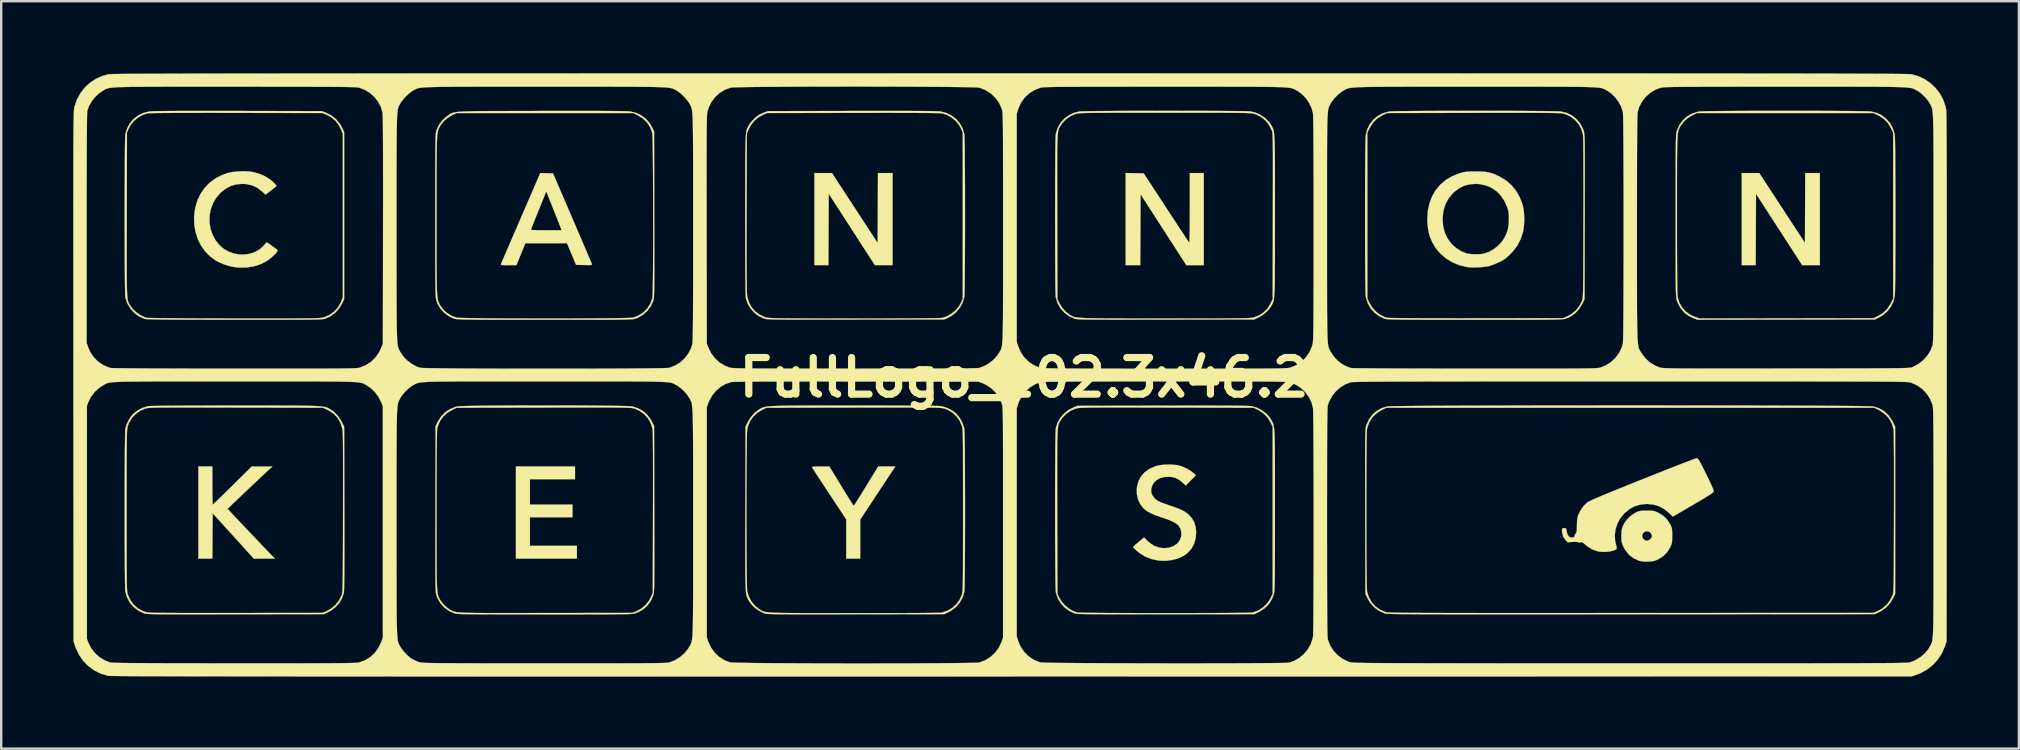
<source format=kicad_pcb>
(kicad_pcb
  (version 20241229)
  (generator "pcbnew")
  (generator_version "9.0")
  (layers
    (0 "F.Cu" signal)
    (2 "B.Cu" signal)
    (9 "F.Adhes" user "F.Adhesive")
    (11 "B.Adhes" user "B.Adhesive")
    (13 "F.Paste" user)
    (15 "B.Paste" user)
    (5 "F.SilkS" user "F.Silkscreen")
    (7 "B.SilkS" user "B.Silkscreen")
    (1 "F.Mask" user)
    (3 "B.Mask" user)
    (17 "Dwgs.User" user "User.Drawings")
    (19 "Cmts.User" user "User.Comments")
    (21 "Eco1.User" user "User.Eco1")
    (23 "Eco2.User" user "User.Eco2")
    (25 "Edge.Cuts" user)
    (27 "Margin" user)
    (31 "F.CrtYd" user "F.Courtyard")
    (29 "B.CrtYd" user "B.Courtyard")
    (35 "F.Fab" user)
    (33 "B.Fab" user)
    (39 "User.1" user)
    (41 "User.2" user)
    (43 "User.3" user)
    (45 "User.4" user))
  (footprint "FullLogo_102.3x46.2"
    (layer "F.Cu")
    (at 39.61 12.679)
    (property "Reference" "FullLogo_102.3x46.2" (at 0 0 0) (layer "F.SilkS") (effects (font (size 1.524 1.524) (thickness 0.3))))
    (attr through_hole)
    (fp_poly (pts (xy -18.706 4.233) (xy -20.585 4.233) (xy -20.585 5.292) (xy -18.812 5.292) (xy -18.812 5.821) (xy -20.585 5.821) (xy -20.585 7.011) (xy -18.627 7.011) (xy -18.627 7.541) (xy -21.167 7.541) (xy -21.167 3.704) (xy -18.706 3.704) (xy -18.706 4.233)) (stroke (width 0.01) (type solid)) (fill yes) (layer "F.SilkS"))
    (fp_poly (pts (xy 31.579 -7.064) (xy 32.531 -5.608) (xy 32.537 -7.064) (xy 32.544 -8.52) (xy 33.152 -8.52) (xy 33.152 -4.683) (xy 32.417 -4.683) (xy 31.455 -6.17) (xy 30.493 -7.657) (xy 30.48 -4.683) (xy 29.898 -4.683) (xy 29.898 -8.52) (xy 30.627 -8.52) (xy 31.579 -7.064)) (stroke (width 0.01) (type solid)) (fill yes) (layer "F.SilkS"))
    (fp_poly (pts (xy -7.05 -7.062) (xy -6.099 -5.605) (xy -6.092 -7.062) (xy -6.085 -8.52) (xy -5.477 -8.52) (xy -5.477 -4.683) (xy -6.212 -4.683) (xy -7.174 -6.17) (xy -8.136 -7.657) (xy -8.143 -6.17) (xy -8.15 -4.683) (xy -8.731 -4.683) (xy -8.731 -8.52) (xy -8.002 -8.52) (xy -7.05 -7.062)) (stroke (width 0.01) (type solid)) (fill yes) (layer "F.SilkS"))
    (fp_poly (pts (xy 4.985 -8.506) (xy 5.915 -7.083) (xy 6.077 -6.835) (xy 6.231 -6.6) (xy 6.374 -6.382) (xy 6.504 -6.184) (xy 6.619 -6.01) (xy 6.716 -5.864) (xy 6.792 -5.75) (xy 6.845 -5.672) (xy 6.872 -5.633) (xy 6.875 -5.629) (xy 6.882 -5.635) (xy 6.888 -5.669) (xy 6.893 -5.735) (xy 6.897 -5.836) (xy 6.9 -5.973) (xy 6.902 -6.151) (xy 6.904 -6.373) (xy 6.905 -6.64) (xy 6.906 -6.957) (xy 6.906 -7.059) (xy 6.906 -8.52) (xy 7.488 -8.52) (xy 7.488 -4.683) (xy 6.76 -4.685) (xy 5.808 -6.161) (xy 4.855 -7.638) (xy 4.848 -6.16) (xy 4.841 -4.683) (xy 4.233 -4.683) (xy 4.233 -8.521) (xy 4.985 -8.506)) (stroke (width 0.01) (type solid)) (fill yes) (layer "F.SilkS"))
    (fp_poly (pts (xy -5.404 3.764) (xy -5.426 3.797) (xy -5.474 3.871) (xy -5.546 3.979) (xy -5.637 4.117) (xy -5.745 4.281) (xy -5.868 4.466) (xy -6.001 4.668) (xy -6.135 4.87) (xy -6.826 5.918) (xy -6.826 7.541) (xy -7.408 7.541) (xy -7.408 5.906) (xy -8.112 4.84) (xy -8.253 4.626) (xy -8.385 4.425) (xy -8.505 4.242) (xy -8.611 4.08) (xy -8.699 3.945) (xy -8.767 3.84) (xy -8.811 3.77) (xy -8.829 3.739) (xy -8.829 3.739) (xy -8.825 3.725) (xy -8.793 3.715) (xy -8.729 3.709) (xy -8.624 3.706) (xy -8.476 3.705) (xy -8.109 3.706) (xy -7.61 4.525) (xy -7.495 4.713) (xy -7.389 4.885) (xy -7.294 5.037) (xy -7.214 5.164) (xy -7.152 5.261) (xy -7.111 5.322) (xy -7.094 5.343) (xy -7.077 5.321) (xy -7.035 5.259) (xy -6.973 5.162) (xy -6.893 5.034) (xy -6.797 4.882) (xy -6.69 4.709) (xy -6.576 4.523) (xy -6.075 3.704) (xy -5.365 3.704) (xy -5.404 3.764)) (stroke (width 0.01) (type solid)) (fill yes) (layer "F.SilkS"))
    (fp_poly (pts (xy -33.814 4.498) (xy -33.813 4.697) (xy -33.812 4.877) (xy -33.809 5.033) (xy -33.806 5.158) (xy -33.803 5.245) (xy -33.799 5.288) (xy -33.797 5.292) (xy -33.775 5.274) (xy -33.72 5.222) (xy -33.635 5.141) (xy -33.524 5.034) (xy -33.392 4.906) (xy -33.241 4.759) (xy -33.077 4.597) (xy -32.976 4.498) (xy -32.171 3.704) (xy -31.742 3.705) (xy -31.313 3.706) (xy -31.408 3.791) (xy -31.461 3.84) (xy -31.544 3.916) (xy -31.651 4.016) (xy -31.778 4.135) (xy -31.92 4.269) (xy -32.073 4.414) (xy -32.232 4.564) (xy -32.393 4.716) (xy -32.55 4.865) (xy -32.7 5.007) (xy -32.837 5.138) (xy -32.958 5.253) (xy -33.056 5.347) (xy -33.129 5.417) (xy -33.17 5.458) (xy -33.179 5.468) (xy -33.161 5.488) (xy -33.111 5.542) (xy -33.033 5.626) (xy -32.931 5.735) (xy -32.809 5.864) (xy -32.672 6.01) (xy -32.523 6.167) (xy -32.367 6.332) (xy -32.208 6.5) (xy -32.05 6.666) (xy -31.897 6.827) (xy -31.754 6.977) (xy -31.624 7.112) (xy -31.513 7.228) (xy -31.423 7.321) (xy -31.396 7.349) (xy -31.209 7.541) (xy -32.087 7.541) (xy -32.944 6.596) (xy -33.801 5.652) (xy -33.807 6.596) (xy -33.814 7.541) (xy -34.396 7.541) (xy -34.396 3.704) (xy -33.814 3.704) (xy -33.814 4.498)) (stroke (width 0.01) (type solid)) (fill yes) (layer "F.SilkS"))
    (fp_poly (pts (xy -19.886 -8.514) (xy -19.622 -8.506) (xy -18.82 -6.641) (xy -18.692 -6.343) (xy -18.57 -6.059) (xy -18.455 -5.792) (xy -18.35 -5.546) (xy -18.256 -5.325) (xy -18.174 -5.133) (xy -18.106 -4.974) (xy -18.054 -4.851) (xy -18.019 -4.769) (xy -18.003 -4.73) (xy -18.003 -4.729) (xy -18 -4.709) (xy -18.012 -4.696) (xy -18.047 -4.689) (xy -18.113 -4.686) (xy -18.218 -4.687) (xy -18.325 -4.689) (xy -18.662 -4.696) (xy -18.85 -5.146) (xy -19.039 -5.596) (xy -20.774 -5.596) (xy -20.961 -5.14) (xy -21.147 -4.683) (xy -21.477 -4.683) (xy -21.614 -4.684) (xy -21.706 -4.686) (xy -21.762 -4.692) (xy -21.788 -4.702) (xy -21.794 -4.717) (xy -21.79 -4.729) (xy -21.777 -4.761) (xy -21.745 -4.836) (xy -21.695 -4.953) (xy -21.629 -5.107) (xy -21.548 -5.294) (xy -21.454 -5.511) (xy -21.35 -5.753) (xy -21.236 -6.017) (xy -21.169 -6.17) (xy -20.541 -6.17) (xy -20.533 -6.159) (xy -20.507 -6.151) (xy -20.457 -6.145) (xy -20.379 -6.142) (xy -20.266 -6.139) (xy -20.111 -6.139) (xy -19.91 -6.138) (xy -19.263 -6.138) (xy -19.29 -6.211) (xy -19.307 -6.254) (xy -19.34 -6.338) (xy -19.387 -6.459) (xy -19.446 -6.608) (xy -19.514 -6.779) (xy -19.588 -6.965) (xy -19.61 -7.021) (xy -19.903 -7.757) (xy -20.212 -6.994) (xy -20.289 -6.804) (xy -20.36 -6.628) (xy -20.423 -6.472) (xy -20.475 -6.344) (xy -20.513 -6.249) (xy -20.535 -6.194) (xy -20.539 -6.185) (xy -20.541 -6.17) (xy -21.169 -6.17) (xy -21.114 -6.299) (xy -20.985 -6.595) (xy -20.962 -6.649) (xy -20.151 -8.521) (xy -19.886 -8.514)) (stroke (width 0.01) (type solid)) (fill yes) (layer "F.SilkS"))
    (fp_poly (pts (xy 26.073 5.544) (xy 26.167 5.548) (xy 26.239 5.56) (xy 26.306 5.581) (xy 26.384 5.616) (xy 26.438 5.643) (xy 26.629 5.76) (xy 26.782 5.905) (xy 26.904 6.089) (xy 26.928 6.135) (xy 26.96 6.205) (xy 26.981 6.267) (xy 26.993 6.337) (xy 26.999 6.427) (xy 27.001 6.553) (xy 27.001 6.588) (xy 27 6.723) (xy 26.995 6.82) (xy 26.985 6.894) (xy 26.965 6.96) (xy 26.934 7.033) (xy 26.916 7.07) (xy 26.794 7.269) (xy 26.631 7.434) (xy 26.429 7.564) (xy 26.417 7.57) (xy 26.323 7.613) (xy 26.239 7.639) (xy 26.145 7.655) (xy 26.022 7.663) (xy 26.002 7.664) (xy 25.855 7.666) (xy 25.742 7.657) (xy 25.642 7.635) (xy 25.609 7.624) (xy 25.394 7.527) (xy 25.211 7.388) (xy 25.06 7.206) (xy 24.966 7.039) (xy 24.928 6.953) (xy 24.904 6.881) (xy 24.891 6.805) (xy 24.885 6.708) (xy 24.885 6.601) (xy 24.885 6.579) (xy 25.748 6.579) (xy 25.761 6.669) (xy 25.809 6.735) (xy 25.895 6.791) (xy 25.984 6.796) (xy 26.069 6.749) (xy 26.099 6.718) (xy 26.148 6.654) (xy 26.164 6.607) (xy 26.149 6.553) (xy 26.128 6.51) (xy 26.064 6.434) (xy 25.98 6.4) (xy 25.89 6.407) (xy 25.81 6.458) (xy 25.786 6.486) (xy 25.748 6.579) (xy 24.885 6.579) (xy 24.888 6.46) (xy 24.898 6.353) (xy 24.918 6.263) (xy 24.947 6.184) (xy 25.036 6.019) (xy 25.165 5.861) (xy 25.321 5.724) (xy 25.475 5.629) (xy 25.556 5.591) (xy 25.622 5.566) (xy 25.69 5.552) (xy 25.775 5.545) (xy 25.892 5.543) (xy 25.943 5.543) (xy 26.073 5.544)) (stroke (width 0.01) (type solid)) (fill yes) (layer "F.SilkS"))
    (fp_poly (pts (xy -32.295 -8.586) (xy -32.119 -8.562) (xy -31.871 -8.493) (xy -31.635 -8.392) (xy -31.426 -8.264) (xy -31.299 -8.159) (xy -31.226 -8.088) (xy -31.171 -8.03) (xy -31.143 -7.995) (xy -31.141 -7.99) (xy -31.161 -7.967) (xy -31.215 -7.92) (xy -31.293 -7.856) (xy -31.37 -7.796) (xy -31.599 -7.62) (xy -31.736 -7.749) (xy -31.932 -7.901) (xy -32.148 -8.004) (xy -32.386 -8.059) (xy -32.556 -8.07) (xy -32.812 -8.049) (xy -33.043 -7.983) (xy -33.257 -7.871) (xy -33.461 -7.71) (xy -33.498 -7.673) (xy -33.67 -7.468) (xy -33.799 -7.237) (xy -33.886 -6.989) (xy -33.93 -6.729) (xy -33.932 -6.465) (xy -33.891 -6.204) (xy -33.807 -5.953) (xy -33.68 -5.718) (xy -33.534 -5.532) (xy -33.354 -5.373) (xy -33.149 -5.252) (xy -32.928 -5.17) (xy -32.697 -5.128) (xy -32.465 -5.125) (xy -32.237 -5.161) (xy -32.023 -5.236) (xy -31.829 -5.352) (xy -31.677 -5.491) (xy -31.547 -5.636) (xy -31.327 -5.483) (xy -31.233 -5.416) (xy -31.156 -5.357) (xy -31.108 -5.314) (xy -31.095 -5.298) (xy -31.107 -5.259) (xy -31.153 -5.196) (xy -31.226 -5.118) (xy -31.317 -5.033) (xy -31.418 -4.949) (xy -31.521 -4.873) (xy -31.532 -4.866) (xy -31.787 -4.73) (xy -32.07 -4.636) (xy -32.375 -4.587) (xy -32.697 -4.583) (xy -32.919 -4.606) (xy -33.118 -4.649) (xy -33.332 -4.718) (xy -33.539 -4.806) (xy -33.666 -4.873) (xy -33.906 -5.046) (xy -34.114 -5.256) (xy -34.286 -5.5) (xy -34.421 -5.772) (xy -34.515 -6.067) (xy -34.567 -6.38) (xy -34.574 -6.707) (xy -34.572 -6.745) (xy -34.526 -7.075) (xy -34.435 -7.381) (xy -34.302 -7.661) (xy -34.128 -7.91) (xy -33.917 -8.126) (xy -33.669 -8.306) (xy -33.389 -8.447) (xy -33.179 -8.52) (xy -32.984 -8.562) (xy -32.758 -8.587) (xy -32.522 -8.596) (xy -32.295 -8.586)) (stroke (width 0.01) (type solid)) (fill yes) (layer "F.SilkS"))
    (fp_poly (pts (xy 6.208 3.631) (xy 6.359 3.645) (xy 6.45 3.663) (xy 6.633 3.725) (xy 6.813 3.81) (xy 6.969 3.907) (xy 7.038 3.963) (xy 7.157 4.071) (xy 6.737 4.496) (xy 6.613 4.38) (xy 6.466 4.261) (xy 6.321 4.184) (xy 6.161 4.143) (xy 6.07 4.133) (xy 5.859 4.14) (xy 5.675 4.186) (xy 5.52 4.27) (xy 5.401 4.39) (xy 5.347 4.48) (xy 5.297 4.634) (xy 5.299 4.782) (xy 5.354 4.921) (xy 5.432 5.023) (xy 5.485 5.073) (xy 5.542 5.117) (xy 5.614 5.158) (xy 5.707 5.2) (xy 5.831 5.247) (xy 5.994 5.304) (xy 6.072 5.331) (xy 6.283 5.404) (xy 6.45 5.468) (xy 6.584 5.527) (xy 6.692 5.586) (xy 6.783 5.648) (xy 6.845 5.699) (xy 6.994 5.862) (xy 7.098 6.05) (xy 7.156 6.263) (xy 7.17 6.455) (xy 7.147 6.709) (xy 7.079 6.935) (xy 6.969 7.134) (xy 6.817 7.302) (xy 6.626 7.438) (xy 6.399 7.54) (xy 6.136 7.605) (xy 5.94 7.629) (xy 5.813 7.632) (xy 5.676 7.627) (xy 5.587 7.619) (xy 5.302 7.557) (xy 5.04 7.452) (xy 4.806 7.309) (xy 4.692 7.213) (xy 4.538 7.07) (xy 4.589 7.013) (xy 4.633 6.97) (xy 4.706 6.906) (xy 4.792 6.832) (xy 4.821 6.808) (xy 5.001 6.661) (xy 5.138 6.8) (xy 5.273 6.915) (xy 5.424 7.009) (xy 5.449 7.022) (xy 5.637 7.086) (xy 5.834 7.108) (xy 6.027 7.089) (xy 6.206 7.031) (xy 6.36 6.934) (xy 6.386 6.911) (xy 6.486 6.784) (xy 6.544 6.635) (xy 6.558 6.477) (xy 6.525 6.321) (xy 6.507 6.281) (xy 6.458 6.199) (xy 6.391 6.125) (xy 6.301 6.058) (xy 6.181 5.993) (xy 6.025 5.926) (xy 5.827 5.855) (xy 5.69 5.81) (xy 5.462 5.73) (xy 5.278 5.65) (xy 5.129 5.567) (xy 5.009 5.474) (xy 4.975 5.442) (xy 4.842 5.274) (xy 4.75 5.078) (xy 4.701 4.86) (xy 4.698 4.628) (xy 4.709 4.54) (xy 4.77 4.314) (xy 4.875 4.116) (xy 5.023 3.948) (xy 5.212 3.811) (xy 5.44 3.707) (xy 5.573 3.667) (xy 5.701 3.644) (xy 5.862 3.63) (xy 6.036 3.626) (xy 6.208 3.631)) (stroke (width 0.01) (type solid)) (fill yes) (layer "F.SilkS"))
    (fp_poly (pts (xy 19.022 -8.582) (xy 19.194 -8.571) (xy 19.342 -8.549) (xy 19.479 -8.513) (xy 19.622 -8.46) (xy 19.782 -8.387) (xy 19.817 -8.37) (xy 20.074 -8.214) (xy 20.301 -8.018) (xy 20.493 -7.784) (xy 20.648 -7.515) (xy 20.764 -7.217) (xy 20.774 -7.182) (xy 20.812 -6.996) (xy 20.833 -6.778) (xy 20.838 -6.546) (xy 20.825 -6.318) (xy 20.796 -6.113) (xy 20.774 -6.021) (xy 20.678 -5.748) (xy 20.554 -5.509) (xy 20.391 -5.289) (xy 20.266 -5.155) (xy 20.153 -5.046) (xy 20.057 -4.965) (xy 19.964 -4.9) (xy 19.856 -4.841) (xy 19.788 -4.807) (xy 19.661 -4.75) (xy 19.528 -4.698) (xy 19.412 -4.658) (xy 19.367 -4.645) (xy 19.232 -4.62) (xy 19.063 -4.602) (xy 18.878 -4.591) (xy 18.696 -4.589) (xy 18.536 -4.596) (xy 18.455 -4.605) (xy 18.149 -4.677) (xy 17.862 -4.794) (xy 17.599 -4.95) (xy 17.367 -5.141) (xy 17.173 -5.365) (xy 17.133 -5.422) (xy 16.996 -5.657) (xy 16.898 -5.896) (xy 16.836 -6.151) (xy 16.805 -6.433) (xy 16.802 -6.596) (xy 17.436 -6.596) (xy 17.459 -6.303) (xy 17.529 -6.035) (xy 17.644 -5.792) (xy 17.804 -5.576) (xy 17.834 -5.544) (xy 18.012 -5.388) (xy 18.212 -5.262) (xy 18.418 -5.177) (xy 18.439 -5.171) (xy 18.545 -5.152) (xy 18.684 -5.141) (xy 18.838 -5.137) (xy 18.987 -5.141) (xy 19.114 -5.154) (xy 19.156 -5.162) (xy 19.366 -5.234) (xy 19.571 -5.351) (xy 19.759 -5.501) (xy 19.918 -5.676) (xy 20.02 -5.834) (xy 20.103 -6.011) (xy 20.157 -6.178) (xy 20.188 -6.356) (xy 20.198 -6.563) (xy 20.198 -6.601) (xy 20.196 -6.746) (xy 20.188 -6.856) (xy 20.171 -6.952) (xy 20.142 -7.051) (xy 20.126 -7.1) (xy 20.011 -7.36) (xy 19.861 -7.584) (xy 19.679 -7.768) (xy 19.468 -7.911) (xy 19.231 -8.009) (xy 18.972 -8.061) (xy 18.812 -8.07) (xy 18.552 -8.049) (xy 18.319 -7.986) (xy 18.107 -7.877) (xy 17.906 -7.719) (xy 17.859 -7.674) (xy 17.684 -7.462) (xy 17.556 -7.227) (xy 17.474 -6.967) (xy 17.438 -6.681) (xy 17.436 -6.596) (xy 16.802 -6.596) (xy 16.801 -6.601) (xy 16.824 -6.946) (xy 16.891 -7.264) (xy 17.002 -7.554) (xy 17.154 -7.814) (xy 17.346 -8.041) (xy 17.576 -8.235) (xy 17.844 -8.392) (xy 18.148 -8.512) (xy 18.191 -8.525) (xy 18.284 -8.549) (xy 18.372 -8.566) (xy 18.468 -8.577) (xy 18.585 -8.583) (xy 18.737 -8.585) (xy 18.812 -8.585) (xy 19.022 -8.582)) (stroke (width 0.01) (type solid)) (fill yes) (layer "F.SilkS"))
    (fp_poly (pts (xy 28.042 3.364) (xy 28.064 3.377) (xy 28.09 3.406) (xy 28.123 3.455) (xy 28.165 3.529) (xy 28.221 3.634) (xy 28.293 3.775) (xy 28.384 3.958) (xy 28.413 4.016) (xy 28.526 4.247) (xy 28.614 4.434) (xy 28.678 4.579) (xy 28.717 4.678) (xy 28.73 4.733) (xy 28.73 4.737) (xy 28.721 4.758) (xy 28.697 4.785) (xy 28.655 4.82) (xy 28.59 4.866) (xy 28.497 4.926) (xy 28.373 5.002) (xy 28.214 5.097) (xy 28.015 5.215) (xy 27.876 5.297) (xy 27.031 5.791) (xy 26.862 5.634) (xy 26.657 5.47) (xy 26.443 5.356) (xy 26.213 5.289) (xy 25.958 5.265) (xy 25.942 5.265) (xy 25.68 5.289) (xy 25.439 5.36) (xy 25.219 5.48) (xy 25.015 5.649) (xy 25.003 5.661) (xy 24.838 5.863) (xy 24.716 6.088) (xy 24.639 6.327) (xy 24.608 6.573) (xy 24.626 6.82) (xy 24.649 6.92) (xy 24.677 7.029) (xy 24.689 7.099) (xy 24.68 7.142) (xy 24.648 7.17) (xy 24.59 7.195) (xy 24.57 7.202) (xy 24.423 7.241) (xy 24.25 7.261) (xy 24.073 7.262) (xy 23.918 7.242) (xy 23.689 7.165) (xy 23.484 7.044) (xy 23.382 6.959) (xy 23.306 6.893) (xy 23.255 6.859) (xy 23.217 6.851) (xy 23.183 6.861) (xy 23.122 6.874) (xy 23.095 6.86) (xy 23.051 6.846) (xy 22.962 6.842) (xy 22.858 6.846) (xy 22.65 6.86) (xy 22.56 6.769) (xy 22.47 6.643) (xy 22.42 6.486) (xy 22.41 6.37) (xy 22.414 6.305) (xy 22.433 6.277) (xy 22.483 6.271) (xy 22.499 6.271) (xy 22.551 6.273) (xy 22.58 6.29) (xy 22.594 6.335) (xy 22.604 6.407) (xy 22.636 6.533) (xy 22.694 6.62) (xy 22.774 6.664) (xy 22.871 6.66) (xy 22.898 6.651) (xy 22.933 6.615) (xy 22.939 6.587) (xy 22.957 6.531) (xy 22.986 6.493) (xy 23.007 6.463) (xy 23.021 6.417) (xy 23.029 6.345) (xy 23.032 6.237) (xy 23.033 6.153) (xy 23.036 6.008) (xy 23.044 5.9) (xy 23.06 5.813) (xy 23.085 5.734) (xy 23.092 5.716) (xy 23.187 5.526) (xy 23.307 5.356) (xy 23.442 5.22) (xy 23.473 5.196) (xy 23.514 5.171) (xy 23.587 5.135) (xy 23.692 5.086) (xy 23.833 5.024) (xy 24.01 4.949) (xy 24.226 4.859) (xy 24.482 4.753) (xy 24.781 4.631) (xy 25.124 4.493) (xy 25.514 4.336) (xy 25.778 4.23) (xy 26.102 4.101) (xy 26.412 3.978) (xy 26.706 3.861) (xy 26.98 3.754) (xy 27.23 3.656) (xy 27.452 3.57) (xy 27.643 3.497) (xy 27.799 3.438) (xy 27.916 3.394) (xy 27.991 3.368) (xy 28.02 3.36) (xy 28.042 3.364)) (stroke (width 0.01) (type solid)) (fill yes) (layer "F.SilkS"))
    (fp_poly (pts (xy 31.915 -11.112) (xy 32.296 -11.112) (xy 32.672 -11.111) (xy 33.038 -11.11) (xy 33.39 -11.109) (xy 33.724 -11.107) (xy 34.036 -11.106) (xy 34.323 -11.104) (xy 34.58 -11.101) (xy 34.803 -11.099) (xy 34.989 -11.096) (xy 35.134 -11.092) (xy 35.234 -11.089) (xy 35.282 -11.085) (xy 35.518 -11.026) (xy 35.732 -10.923) (xy 35.918 -10.779) (xy 36.072 -10.602) (xy 36.188 -10.395) (xy 36.261 -10.165) (xy 36.274 -10.094) (xy 36.278 -10.039) (xy 36.281 -9.936) (xy 36.284 -9.787) (xy 36.287 -9.598) (xy 36.29 -9.373) (xy 36.292 -9.115) (xy 36.294 -8.828) (xy 36.296 -8.517) (xy 36.298 -8.186) (xy 36.299 -7.838) (xy 36.3 -7.479) (xy 36.3 -7.111) (xy 36.3 -6.739) (xy 36.3 -6.368) (xy 36.299 -6) (xy 36.299 -5.641) (xy 36.298 -5.294) (xy 36.296 -4.964) (xy 36.294 -4.654) (xy 36.292 -4.368) (xy 36.29 -4.111) (xy 36.287 -3.887) (xy 36.284 -3.7) (xy 36.281 -3.553) (xy 36.277 -3.451) (xy 36.274 -3.4) (xy 36.214 -3.164) (xy 36.108 -2.948) (xy 35.96 -2.757) (xy 35.775 -2.599) (xy 35.621 -2.509) (xy 35.442 -2.421) (xy 28.059 -2.41) (xy 27.894 -2.472) (xy 27.672 -2.581) (xy 27.485 -2.73) (xy 27.334 -2.916) (xy 27.222 -3.14) (xy 27.2 -3.199) (xy 27.192 -3.223) (xy 27.185 -3.248) (xy 27.179 -3.277) (xy 27.173 -3.313) (xy 27.169 -3.359) (xy 27.164 -3.417) (xy 27.161 -3.49) (xy 27.157 -3.581) (xy 27.155 -3.694) (xy 27.153 -3.83) (xy 27.151 -3.993) (xy 27.149 -4.185) (xy 27.148 -4.409) (xy 27.147 -4.668) (xy 27.147 -4.966) (xy 27.147 -5.304) (xy 27.146 -5.685) (xy 27.146 -6.113) (xy 27.146 -6.591) (xy 27.146 -6.747) (xy 27.146 -7.24) (xy 27.146 -7.359) (xy 27.199 -7.359) (xy 27.199 -6.875) (xy 27.199 -6.771) (xy 27.199 -6.236) (xy 27.2 -5.742) (xy 27.201 -5.292) (xy 27.203 -4.886) (xy 27.205 -4.525) (xy 27.207 -4.21) (xy 27.21 -3.943) (xy 27.213 -3.724) (xy 27.216 -3.555) (xy 27.22 -3.435) (xy 27.225 -3.368) (xy 27.226 -3.357) (xy 27.295 -3.129) (xy 27.408 -2.926) (xy 27.562 -2.754) (xy 27.753 -2.616) (xy 27.963 -2.522) (xy 28.138 -2.462) (xy 31.763 -2.468) (xy 35.388 -2.474) (xy 35.566 -2.558) (xy 35.777 -2.685) (xy 35.95 -2.847) (xy 36.086 -3.047) (xy 36.11 -3.092) (xy 36.208 -3.291) (xy 36.208 -10.2) (xy 36.124 -10.378) (xy 35.997 -10.589) (xy 35.836 -10.761) (xy 35.635 -10.898) (xy 35.59 -10.921) (xy 35.391 -11.02) (xy 28.03 -11.02) (xy 27.828 -10.92) (xy 27.639 -10.803) (xy 27.477 -10.656) (xy 27.352 -10.489) (xy 27.329 -10.447) (xy 27.31 -10.41) (xy 27.293 -10.376) (xy 27.278 -10.341) (xy 27.265 -10.302) (xy 27.253 -10.258) (xy 27.243 -10.204) (xy 27.234 -10.138) (xy 27.226 -10.057) (xy 27.22 -9.958) (xy 27.215 -9.839) (xy 27.21 -9.696) (xy 27.207 -9.527) (xy 27.204 -9.328) (xy 27.202 -9.097) (xy 27.201 -8.831) (xy 27.2 -8.527) (xy 27.199 -8.183) (xy 27.199 -7.794) (xy 27.199 -7.359) (xy 27.146 -7.359) (xy 27.146 -7.683) (xy 27.146 -8.078) (xy 27.147 -8.429) (xy 27.147 -8.739) (xy 27.148 -9.009) (xy 27.149 -9.244) (xy 27.15 -9.446) (xy 27.152 -9.617) (xy 27.154 -9.761) (xy 27.157 -9.88) (xy 27.16 -9.978) (xy 27.163 -10.056) (xy 27.167 -10.119) (xy 27.172 -10.168) (xy 27.177 -10.206) (xy 27.183 -10.237) (xy 27.19 -10.264) (xy 27.198 -10.288) (xy 27.2 -10.295) (xy 27.303 -10.523) (xy 27.446 -10.718) (xy 27.623 -10.878) (xy 27.831 -10.996) (xy 28.064 -11.071) (xy 28.141 -11.085) (xy 28.195 -11.089) (xy 28.297 -11.092) (xy 28.444 -11.096) (xy 28.633 -11.099) (xy 28.858 -11.101) (xy 29.117 -11.104) (xy 29.405 -11.106) (xy 29.719 -11.107) (xy 30.054 -11.109) (xy 30.407 -11.11) (xy 30.773 -11.111) (xy 31.149 -11.112) (xy 31.531 -11.112) (xy 31.915 -11.112)) (stroke (width 0.01) (type solid)) (fill yes) (layer "F.SilkS"))
    (fp_poly (pts (xy -33.465 -11.108) (xy -32.883 -11.107) (xy -32.729 -11.107) (xy -29.25 -11.099) (xy -29.101 -11.042) (xy -28.868 -10.926) (xy -28.669 -10.77) (xy -28.506 -10.577) (xy -28.408 -10.404) (xy -28.324 -10.226) (xy -28.324 -3.268) (xy -28.407 -3.091) (xy -28.535 -2.878) (xy -28.699 -2.697) (xy -28.892 -2.554) (xy -29.096 -2.459) (xy -29.118 -2.452) (xy -29.142 -2.445) (xy -29.171 -2.439) (xy -29.208 -2.434) (xy -29.255 -2.43) (xy -29.315 -2.426) (xy -29.391 -2.422) (xy -29.485 -2.419) (xy -29.601 -2.417) (xy -29.74 -2.415) (xy -29.905 -2.413) (xy -30.1 -2.412) (xy -30.327 -2.411) (xy -30.589 -2.41) (xy -30.888 -2.409) (xy -31.227 -2.409) (xy -31.609 -2.409) (xy -32.037 -2.409) (xy -32.513 -2.409) (xy -32.885 -2.409) (xy -33.421 -2.41) (xy -33.906 -2.41) (xy -34.342 -2.411) (xy -34.732 -2.412) (xy -35.079 -2.413) (xy -35.383 -2.415) (xy -35.649 -2.416) (xy -35.877 -2.419) (xy -36.071 -2.421) (xy -36.232 -2.424) (xy -36.362 -2.427) (xy -36.464 -2.43) (xy -36.541 -2.434) (xy -36.594 -2.438) (xy -36.626 -2.443) (xy -36.632 -2.445) (xy -36.854 -2.542) (xy -37.05 -2.682) (xy -37.214 -2.858) (xy -37.341 -3.063) (xy -37.424 -3.292) (xy -37.438 -3.357) (xy -37.442 -3.405) (xy -37.446 -3.502) (xy -37.449 -3.644) (xy -37.452 -3.827) (xy -37.455 -4.046) (xy -37.457 -4.299) (xy -37.46 -4.58) (xy -37.461 -4.887) (xy -37.462 -5.074) (xy -37.383 -5.074) (xy -37.383 -4.753) (xy -37.382 -4.471) (xy -37.381 -4.226) (xy -37.379 -4.013) (xy -37.376 -3.831) (xy -37.372 -3.677) (xy -37.367 -3.547) (xy -37.361 -3.44) (xy -37.354 -3.352) (xy -37.345 -3.28) (xy -37.335 -3.221) (xy -37.323 -3.174) (xy -37.31 -3.135) (xy -37.295 -3.1) (xy -37.278 -3.068) (xy -37.258 -3.036) (xy -37.237 -3) (xy -37.237 -3) (xy -37.125 -2.852) (xy -36.977 -2.714) (xy -36.806 -2.598) (xy -36.63 -2.514) (xy -36.546 -2.489) (xy -36.508 -2.486) (xy -36.42 -2.484) (xy -36.285 -2.481) (xy -36.107 -2.478) (xy -35.889 -2.476) (xy -35.633 -2.474) (xy -35.344 -2.471) (xy -35.024 -2.469) (xy -34.676 -2.468) (xy -34.303 -2.466) (xy -33.909 -2.465) (xy -33.497 -2.464) (xy -33.07 -2.463) (xy -32.884 -2.463) (xy -32.378 -2.463) (xy -31.922 -2.463) (xy -31.513 -2.463) (xy -31.149 -2.463) (xy -30.827 -2.463) (xy -30.544 -2.463) (xy -30.297 -2.464) (xy -30.084 -2.465) (xy -29.902 -2.467) (xy -29.747 -2.468) (xy -29.619 -2.471) (xy -29.512 -2.473) (xy -29.426 -2.477) (xy -29.356 -2.48) (xy -29.301 -2.485) (xy -29.258 -2.49) (xy -29.223 -2.495) (xy -29.194 -2.501) (xy -29.168 -2.508) (xy -29.153 -2.513) (xy -28.933 -2.608) (xy -28.741 -2.746) (xy -28.581 -2.922) (xy -28.461 -3.129) (xy -28.435 -3.192) (xy -28.377 -3.347) (xy -28.377 -10.147) (xy -28.433 -10.297) (xy -28.544 -10.519) (xy -28.693 -10.707) (xy -28.878 -10.858) (xy -29.071 -10.958) (xy -29.223 -11.02) (xy -32.808 -11.027) (xy -33.404 -11.028) (xy -33.948 -11.029) (xy -34.44 -11.028) (xy -34.881 -11.028) (xy -35.269 -11.027) (xy -35.606 -11.025) (xy -35.891 -11.023) (xy -36.123 -11.02) (xy -36.302 -11.017) (xy -36.43 -11.014) (xy -36.504 -11.009) (xy -36.521 -11.007) (xy -36.721 -10.94) (xy -36.911 -10.831) (xy -37.081 -10.689) (xy -37.22 -10.522) (xy -37.31 -10.354) (xy -37.372 -10.2) (xy -37.379 -6.801) (xy -37.38 -6.297) (xy -37.381 -5.843) (xy -37.382 -5.436) (xy -37.383 -5.074) (xy -37.462 -5.074) (xy -37.463 -5.214) (xy -37.464 -5.559) (xy -37.465 -5.916) (xy -37.466 -6.282) (xy -37.466 -6.654) (xy -37.466 -7.026) (xy -37.465 -7.396) (xy -37.465 -7.758) (xy -37.464 -8.109) (xy -37.462 -8.446) (xy -37.461 -8.763) (xy -37.459 -9.058) (xy -37.456 -9.325) (xy -37.454 -9.562) (xy -37.451 -9.764) (xy -37.447 -9.926) (xy -37.444 -10.046) (xy -37.44 -10.119) (xy -37.438 -10.136) (xy -37.367 -10.374) (xy -37.253 -10.585) (xy -37.1 -10.766) (xy -36.913 -10.912) (xy -36.695 -11.019) (xy -36.453 -11.082) (xy -36.419 -11.087) (xy -36.356 -11.092) (xy -36.242 -11.096) (xy -36.076 -11.099) (xy -35.859 -11.102) (xy -35.59 -11.105) (xy -35.27 -11.107) (xy -34.897 -11.108) (xy -34.472 -11.109) (xy -33.995 -11.109) (xy -33.465 -11.108)) (stroke (width 0.01) (type solid)) (fill yes) (layer "F.SilkS"))
    (fp_poly (pts (xy -5.147 -11.108) (xy -4.768 -11.107) (xy -4.439 -11.105) (xy -4.159 -11.103) (xy -3.928 -11.101) (xy -3.744 -11.097) (xy -3.608 -11.094) (xy -3.517 -11.09) (xy -3.479 -11.086) (xy -3.239 -11.024) (xy -3.022 -10.918) (xy -2.833 -10.773) (xy -2.679 -10.594) (xy -2.562 -10.386) (xy -2.49 -10.153) (xy -2.487 -10.137) (xy -2.483 -10.088) (xy -2.479 -9.992) (xy -2.476 -9.85) (xy -2.473 -9.667) (xy -2.47 -9.447) (xy -2.468 -9.195) (xy -2.466 -8.913) (xy -2.464 -8.607) (xy -2.463 -8.279) (xy -2.461 -7.935) (xy -2.461 -7.578) (xy -2.46 -7.211) (xy -2.46 -6.84) (xy -2.46 -6.468) (xy -2.46 -6.098) (xy -2.461 -5.736) (xy -2.462 -5.385) (xy -2.464 -5.048) (xy -2.465 -4.731) (xy -2.467 -4.436) (xy -2.47 -4.169) (xy -2.472 -3.932) (xy -2.475 -3.731) (xy -2.478 -3.568) (xy -2.482 -3.448) (xy -2.486 -3.375) (xy -2.488 -3.357) (xy -2.557 -3.127) (xy -2.671 -2.915) (xy -2.825 -2.73) (xy -3.01 -2.579) (xy -3.141 -2.506) (xy -3.321 -2.421) (xy -6.998 -2.416) (xy -7.514 -2.415) (xy -7.98 -2.414) (xy -8.398 -2.414) (xy -8.771 -2.414) (xy -9.102 -2.414) (xy -9.394 -2.414) (xy -9.649 -2.415) (xy -9.87 -2.416) (xy -10.059 -2.417) (xy -10.22 -2.419) (xy -10.355 -2.421) (xy -10.466 -2.423) (xy -10.557 -2.426) (xy -10.63 -2.43) (xy -10.687 -2.434) (xy -10.732 -2.438) (xy -10.767 -2.444) (xy -10.795 -2.45) (xy -10.819 -2.456) (xy -10.824 -2.458) (xy -11.033 -2.552) (xy -11.221 -2.689) (xy -11.38 -2.863) (xy -11.504 -3.065) (xy -11.579 -3.268) (xy -11.585 -3.296) (xy -11.589 -3.342) (xy -11.594 -3.407) (xy -11.598 -3.494) (xy -11.601 -3.606) (xy -11.604 -3.745) (xy -11.606 -3.913) (xy -11.608 -4.113) (xy -11.61 -4.348) (xy -11.612 -4.621) (xy -11.613 -4.933) (xy -11.614 -5.287) (xy -11.614 -5.369) (xy -11.559 -5.369) (xy -11.558 -4.973) (xy -11.557 -4.625) (xy -11.556 -4.323) (xy -11.554 -4.065) (xy -11.552 -3.851) (xy -11.549 -3.678) (xy -11.545 -3.545) (xy -11.541 -3.451) (xy -11.536 -3.395) (xy -11.535 -3.387) (xy -11.469 -3.152) (xy -11.359 -2.944) (xy -11.209 -2.766) (xy -11.022 -2.624) (xy -10.803 -2.521) (xy -10.775 -2.512) (xy -10.751 -2.505) (xy -10.724 -2.499) (xy -10.691 -2.493) (xy -10.649 -2.488) (xy -10.595 -2.484) (xy -10.526 -2.48) (xy -10.441 -2.477) (xy -10.335 -2.474) (xy -10.207 -2.471) (xy -10.053 -2.469) (xy -9.871 -2.468) (xy -9.658 -2.466) (xy -9.412 -2.465) (xy -9.129 -2.464) (xy -8.807 -2.464) (xy -8.443 -2.463) (xy -8.034 -2.463) (xy -7.578 -2.463) (xy -7.072 -2.463) (xy -7.064 -2.463) (xy -6.52 -2.463) (xy -6.014 -2.463) (xy -5.549 -2.464) (xy -5.126 -2.465) (xy -4.746 -2.467) (xy -4.41 -2.469) (xy -4.119 -2.471) (xy -3.876 -2.474) (xy -3.68 -2.477) (xy -3.533 -2.48) (xy -3.437 -2.484) (xy -3.392 -2.488) (xy -3.392 -2.488) (xy -3.203 -2.555) (xy -3.019 -2.662) (xy -2.854 -2.799) (xy -2.717 -2.957) (xy -2.621 -3.125) (xy -2.617 -3.135) (xy -2.553 -3.294) (xy -2.553 -10.2) (xy -2.615 -10.354) (xy -2.715 -10.535) (xy -2.856 -10.7) (xy -3.027 -10.84) (xy -3.219 -10.946) (xy -3.405 -11.007) (xy -3.453 -11.012) (xy -3.554 -11.015) (xy -3.708 -11.019) (xy -3.915 -11.022) (xy -4.174 -11.024) (xy -4.485 -11.026) (xy -4.848 -11.027) (xy -5.263 -11.028) (xy -5.73 -11.029) (xy -6.249 -11.028) (xy -6.819 -11.028) (xy -7.117 -11.027) (xy -10.702 -11.02) (xy -10.848 -10.961) (xy -11.064 -10.845) (xy -11.248 -10.688) (xy -11.395 -10.496) (xy -11.491 -10.3) (xy -11.549 -10.147) (xy -11.557 -6.853) (xy -11.558 -6.307) (xy -11.558 -5.813) (xy -11.559 -5.369) (xy -11.614 -5.369) (xy -11.614 -5.686) (xy -11.614 -6.132) (xy -11.615 -6.628) (xy -11.615 -6.747) (xy -11.615 -7.246) (xy -11.615 -7.694) (xy -11.614 -8.096) (xy -11.614 -8.453) (xy -11.613 -8.769) (xy -11.612 -9.045) (xy -11.61 -9.287) (xy -11.608 -9.495) (xy -11.605 -9.673) (xy -11.601 -9.823) (xy -11.596 -9.95) (xy -11.59 -10.054) (xy -11.583 -10.141) (xy -11.575 -10.211) (xy -11.565 -10.268) (xy -11.554 -10.315) (xy -11.541 -10.354) (xy -11.527 -10.39) (xy -11.511 -10.423) (xy -11.493 -10.458) (xy -11.484 -10.475) (xy -11.41 -10.591) (xy -11.307 -10.715) (xy -11.192 -10.83) (xy -11.08 -10.917) (xy -11.076 -10.92) (xy -10.99 -10.968) (xy -10.885 -11.018) (xy -10.824 -11.042) (xy -10.676 -11.099) (xy -7.17 -11.107) (xy -6.587 -11.108) (xy -6.055 -11.108) (xy -5.575 -11.108) (xy -5.147 -11.108)) (stroke (width 0.01) (type solid)) (fill yes) (layer "F.SilkS"))
    (fp_poly (pts (xy 7.727 1.168) (xy 8.094 1.169) (xy 8.415 1.17) (xy 8.691 1.172) (xy 8.924 1.174) (xy 9.114 1.177) (xy 9.264 1.18) (xy 9.374 1.184) (xy 9.445 1.188) (xy 9.472 1.191) (xy 9.684 1.251) (xy 9.888 1.352) (xy 10.07 1.486) (xy 10.222 1.646) (xy 10.316 1.793) (xy 10.335 1.831) (xy 10.353 1.866) (xy 10.368 1.901) (xy 10.382 1.939) (xy 10.394 1.983) (xy 10.405 2.036) (xy 10.414 2.1) (xy 10.422 2.179) (xy 10.429 2.275) (xy 10.435 2.391) (xy 10.439 2.53) (xy 10.443 2.695) (xy 10.446 2.889) (xy 10.448 3.114) (xy 10.449 3.374) (xy 10.45 3.671) (xy 10.451 4.008) (xy 10.451 4.388) (xy 10.451 4.814) (xy 10.451 5.288) (xy 10.451 5.53) (xy 10.451 6.024) (xy 10.451 6.469) (xy 10.45 6.866) (xy 10.45 7.218) (xy 10.449 7.529) (xy 10.448 7.801) (xy 10.447 8.037) (xy 10.445 8.239) (xy 10.443 8.41) (xy 10.44 8.554) (xy 10.437 8.673) (xy 10.434 8.769) (xy 10.43 8.846) (xy 10.426 8.906) (xy 10.421 8.953) (xy 10.415 8.988) (xy 10.41 9.01) (xy 10.324 9.238) (xy 10.194 9.439) (xy 10.023 9.61) (xy 9.815 9.746) (xy 9.793 9.757) (xy 9.594 9.856) (xy 5.915 9.861) (xy 5.378 9.861) (xy 4.893 9.862) (xy 4.455 9.862) (xy 4.064 9.862) (xy 3.716 9.861) (xy 3.41 9.86) (xy 3.143 9.859) (xy 2.913 9.858) (xy 2.718 9.856) (xy 2.554 9.853) (xy 2.421 9.851) (xy 2.316 9.847) (xy 2.235 9.844) (xy 2.178 9.84) (xy 2.142 9.835) (xy 2.13 9.832) (xy 1.907 9.734) (xy 1.71 9.595) (xy 1.545 9.42) (xy 1.418 9.216) (xy 1.336 8.99) (xy 1.326 8.948) (xy 1.322 8.901) (xy 1.318 8.806) (xy 1.314 8.665) (xy 1.311 8.483) (xy 1.308 8.264) (xy 1.305 8.013) (xy 1.303 7.732) (xy 1.301 7.425) (xy 1.299 7.098) (xy 1.298 6.754) (xy 1.296 6.396) (xy 1.296 6.029) (xy 1.295 5.657) (xy 1.295 5.283) (xy 1.295 4.912) (xy 1.296 4.547) (xy 1.297 4.194) (xy 1.298 3.854) (xy 1.299 3.673) (xy 1.379 3.673) (xy 1.379 4.015) (xy 1.379 4.401) (xy 1.38 4.833) (xy 1.381 5.313) (xy 1.382 5.584) (xy 1.389 9.009) (xy 1.46 9.161) (xy 1.565 9.334) (xy 1.708 9.493) (xy 1.875 9.629) (xy 2.056 9.732) (xy 2.212 9.787) (xy 2.254 9.79) (xy 2.345 9.793) (xy 2.481 9.797) (xy 2.658 9.799) (xy 2.874 9.802) (xy 3.123 9.804) (xy 3.402 9.806) (xy 3.708 9.808) (xy 4.036 9.809) (xy 4.384 9.811) (xy 4.746 9.812) (xy 5.119 9.812) (xy 5.5 9.813) (xy 5.884 9.813) (xy 6.269 9.813) (xy 6.649 9.813) (xy 7.021 9.812) (xy 7.382 9.811) (xy 7.728 9.81) (xy 8.055 9.809) (xy 8.358 9.807) (xy 8.635 9.805) (xy 8.882 9.803) (xy 9.094 9.8) (xy 9.268 9.798) (xy 9.4 9.795) (xy 9.486 9.791) (xy 9.522 9.788) (xy 9.741 9.711) (xy 9.94 9.589) (xy 10.112 9.428) (xy 10.247 9.234) (xy 10.271 9.189) (xy 10.358 9.01) (xy 10.358 2.051) (xy 10.274 1.872) (xy 10.149 1.669) (xy 9.984 1.497) (xy 9.787 1.363) (xy 9.743 1.341) (xy 9.565 1.257) (xy 5.94 1.25) (xy 5.429 1.249) (xy 4.968 1.248) (xy 4.555 1.247) (xy 4.187 1.247) (xy 3.86 1.247) (xy 3.573 1.247) (xy 3.322 1.247) (xy 3.105 1.248) (xy 2.919 1.249) (xy 2.762 1.251) (xy 2.629 1.253) (xy 2.52 1.255) (xy 2.431 1.258) (xy 2.359 1.262) (xy 2.302 1.266) (xy 2.256 1.271) (xy 2.22 1.276) (xy 2.19 1.282) (xy 2.163 1.289) (xy 2.142 1.295) (xy 1.931 1.386) (xy 1.743 1.519) (xy 1.588 1.688) (xy 1.563 1.723) (xy 1.536 1.762) (xy 1.512 1.796) (xy 1.491 1.829) (xy 1.472 1.862) (xy 1.455 1.9) (xy 1.44 1.944) (xy 1.427 1.998) (xy 1.416 2.064) (xy 1.407 2.145) (xy 1.399 2.244) (xy 1.393 2.364) (xy 1.388 2.507) (xy 1.384 2.676) (xy 1.382 2.875) (xy 1.38 3.105) (xy 1.379 3.37) (xy 1.379 3.673) (xy 1.299 3.673) (xy 1.3 3.533) (xy 1.302 3.235) (xy 1.304 2.963) (xy 1.307 2.721) (xy 1.31 2.514) (xy 1.313 2.345) (xy 1.317 2.219) (xy 1.321 2.139) (xy 1.323 2.114) (xy 1.391 1.891) (xy 1.506 1.686) (xy 1.66 1.505) (xy 1.849 1.354) (xy 2.068 1.242) (xy 2.084 1.235) (xy 2.236 1.177) (xy 5.768 1.17) (xy 6.334 1.169) (xy 6.848 1.168) (xy 7.312 1.168) (xy 7.727 1.168)) (stroke (width 0.01) (type solid)) (fill yes) (layer "F.SilkS"))
    (fp_poly (pts (xy 19.004 -11.112) (xy 19.386 -11.112) (xy 19.761 -11.111) (xy 20.127 -11.11) (xy 20.478 -11.109) (xy 20.812 -11.107) (xy 21.124 -11.106) (xy 21.411 -11.103) (xy 21.667 -11.101) (xy 21.891 -11.098) (xy 22.076 -11.095) (xy 22.221 -11.092) (xy 22.32 -11.089) (xy 22.368 -11.085) (xy 22.608 -11.025) (xy 22.824 -10.919) (xy 23.011 -10.772) (xy 23.165 -10.588) (xy 23.281 -10.369) (xy 23.309 -10.294) (xy 23.317 -10.27) (xy 23.324 -10.245) (xy 23.33 -10.217) (xy 23.336 -10.182) (xy 23.341 -10.138) (xy 23.345 -10.082) (xy 23.349 -10.011) (xy 23.352 -9.922) (xy 23.354 -9.813) (xy 23.356 -9.68) (xy 23.358 -9.522) (xy 23.359 -9.334) (xy 23.359 -9.115) (xy 23.36 -8.861) (xy 23.36 -8.57) (xy 23.359 -8.239) (xy 23.359 -7.864) (xy 23.358 -7.444) (xy 23.357 -6.976) (xy 23.356 -6.699) (xy 23.349 -3.265) (xy 23.252 -3.068) (xy 23.117 -2.848) (xy 22.951 -2.671) (xy 22.753 -2.536) (xy 22.574 -2.458) (xy 22.552 -2.451) (xy 22.528 -2.444) (xy 22.497 -2.439) (xy 22.459 -2.434) (xy 22.41 -2.429) (xy 22.348 -2.425) (xy 22.269 -2.422) (xy 22.171 -2.419) (xy 22.052 -2.416) (xy 21.908 -2.414) (xy 21.737 -2.413) (xy 21.537 -2.411) (xy 21.304 -2.41) (xy 21.035 -2.41) (xy 20.729 -2.409) (xy 20.382 -2.409) (xy 19.992 -2.408) (xy 19.556 -2.408) (xy 19.071 -2.409) (xy 18.788 -2.409) (xy 18.274 -2.409) (xy 17.811 -2.409) (xy 17.395 -2.409) (xy 17.024 -2.41) (xy 16.695 -2.41) (xy 16.406 -2.411) (xy 16.153 -2.412) (xy 15.935 -2.414) (xy 15.748 -2.415) (xy 15.589 -2.417) (xy 15.457 -2.42) (xy 15.348 -2.423) (xy 15.259 -2.426) (xy 15.189 -2.43) (xy 15.134 -2.434) (xy 15.091 -2.439) (xy 15.058 -2.444) (xy 15.032 -2.45) (xy 15.013 -2.456) (xy 14.791 -2.56) (xy 14.598 -2.705) (xy 14.44 -2.884) (xy 14.321 -3.094) (xy 14.247 -3.327) (xy 14.236 -3.387) (xy 14.231 -3.44) (xy 14.228 -3.542) (xy 14.224 -3.688) (xy 14.221 -3.876) (xy 14.218 -4.1) (xy 14.216 -4.356) (xy 14.214 -4.642) (xy 14.212 -4.951) (xy 14.21 -5.282) (xy 14.209 -5.628) (xy 14.208 -5.988) (xy 14.208 -6.355) (xy 14.208 -6.727) (xy 14.208 -7.099) (xy 14.208 -7.467) (xy 14.209 -7.827) (xy 14.21 -8.175) (xy 14.212 -8.507) (xy 14.214 -8.819) (xy 14.216 -9.108) (xy 14.218 -9.368) (xy 14.221 -9.595) (xy 14.224 -9.787) (xy 14.228 -9.938) (xy 14.231 -10.045) (xy 14.235 -10.104) (xy 14.236 -10.107) (xy 14.261 -10.202) (xy 14.301 -10.202) (xy 14.301 -3.294) (xy 14.385 -3.116) (xy 14.502 -2.921) (xy 14.655 -2.752) (xy 14.832 -2.615) (xy 15.026 -2.519) (xy 15.124 -2.49) (xy 15.164 -2.487) (xy 15.255 -2.484) (xy 15.393 -2.481) (xy 15.577 -2.478) (xy 15.804 -2.476) (xy 16.071 -2.474) (xy 16.377 -2.473) (xy 16.718 -2.471) (xy 17.092 -2.47) (xy 17.497 -2.47) (xy 17.929 -2.469) (xy 18.388 -2.469) (xy 18.838 -2.47) (xy 22.45 -2.474) (xy 22.602 -2.535) (xy 22.814 -2.649) (xy 22.997 -2.805) (xy 23.146 -2.999) (xy 23.241 -3.186) (xy 23.249 -3.206) (xy 23.257 -3.227) (xy 23.263 -3.253) (xy 23.269 -3.284) (xy 23.274 -3.326) (xy 23.278 -3.379) (xy 23.282 -3.448) (xy 23.286 -3.535) (xy 23.289 -3.643) (xy 23.291 -3.774) (xy 23.293 -3.932) (xy 23.295 -4.119) (xy 23.297 -4.338) (xy 23.298 -4.592) (xy 23.299 -4.885) (xy 23.3 -5.217) (xy 23.301 -5.594) (xy 23.302 -6.016) (xy 23.303 -6.488) (xy 23.304 -6.652) (xy 23.305 -7.225) (xy 23.305 -7.748) (xy 23.305 -8.219) (xy 23.304 -8.64) (xy 23.303 -9.009) (xy 23.301 -9.326) (xy 23.299 -9.591) (xy 23.296 -9.804) (xy 23.293 -9.965) (xy 23.289 -10.074) (xy 23.284 -10.13) (xy 23.284 -10.131) (xy 23.217 -10.354) (xy 23.106 -10.555) (xy 22.956 -10.729) (xy 22.774 -10.869) (xy 22.567 -10.968) (xy 22.437 -11.005) (xy 22.4 -11.01) (xy 22.337 -11.014) (xy 22.244 -11.018) (xy 22.12 -11.021) (xy 21.962 -11.024) (xy 21.77 -11.026) (xy 21.54 -11.028) (xy 21.271 -11.029) (xy 20.962 -11.03) (xy 20.609 -11.03) (xy 20.211 -11.03) (xy 19.766 -11.03) (xy 19.272 -11.029) (xy 18.728 -11.028) (xy 18.706 -11.028) (xy 15.121 -11.02) (xy 14.943 -10.936) (xy 14.732 -10.809) (xy 14.559 -10.647) (xy 14.423 -10.447) (xy 14.399 -10.402) (xy 14.301 -10.202) (xy 14.261 -10.202) (xy 14.299 -10.345) (xy 14.407 -10.558) (xy 14.553 -10.744) (xy 14.733 -10.895) (xy 14.943 -11.008) (xy 15.175 -11.077) (xy 15.227 -11.085) (xy 15.281 -11.089) (xy 15.383 -11.093) (xy 15.531 -11.096) (xy 15.72 -11.099) (xy 15.946 -11.101) (xy 16.205 -11.104) (xy 16.494 -11.106) (xy 16.808 -11.108) (xy 17.143 -11.109) (xy 17.496 -11.11) (xy 17.862 -11.111) (xy 18.238 -11.112) (xy 18.62 -11.112) (xy 19.004 -11.112)) (stroke (width 0.01) (type solid)) (fill yes) (layer "F.SilkS"))
    (fp_poly (pts (xy 25.588 1.16) (xy 26.225 1.16) (xy 26.859 1.161) (xy 27.487 1.161) (xy 28.107 1.162) (xy 28.717 1.163) (xy 29.314 1.163) (xy 29.897 1.165) (xy 30.463 1.166) (xy 31.01 1.167) (xy 31.535 1.169) (xy 32.036 1.171) (xy 32.512 1.172) (xy 32.959 1.174) (xy 33.376 1.177) (xy 33.76 1.179) (xy 34.109 1.181) (xy 34.42 1.184) (xy 34.693 1.187) (xy 34.923 1.19) (xy 35.11 1.193) (xy 35.25 1.196) (xy 35.342 1.2) (xy 35.382 1.203) (xy 35.617 1.279) (xy 35.825 1.399) (xy 36.002 1.561) (xy 36.147 1.763) (xy 36.192 1.851) (xy 36.288 2.051) (xy 36.288 9.009) (xy 36.203 9.188) (xy 36.072 9.403) (xy 35.902 9.585) (xy 35.696 9.729) (xy 35.643 9.757) (xy 35.444 9.856) (xy 25.296 9.862) (xy 24.422 9.862) (xy 23.6 9.862) (xy 22.828 9.863) (xy 22.104 9.863) (xy 21.427 9.863) (xy 20.794 9.864) (xy 20.206 9.864) (xy 19.659 9.864) (xy 19.152 9.864) (xy 18.684 9.863) (xy 18.254 9.863) (xy 17.859 9.863) (xy 17.498 9.862) (xy 17.169 9.861) (xy 16.871 9.861) (xy 16.603 9.86) (xy 16.363 9.859) (xy 16.148 9.857) (xy 15.958 9.856) (xy 15.792 9.855) (xy 15.646 9.853) (xy 15.521 9.851) (xy 15.414 9.849) (xy 15.323 9.847) (xy 15.248 9.844) (xy 15.186 9.842) (xy 15.137 9.839) (xy 15.098 9.836) (xy 15.067 9.832) (xy 15.044 9.829) (xy 15.027 9.825) (xy 15.015 9.821) (xy 14.783 9.714) (xy 14.583 9.566) (xy 14.418 9.379) (xy 14.306 9.187) (xy 14.221 9.009) (xy 14.214 5.577) (xy 14.214 5.442) (xy 14.26 5.442) (xy 14.26 5.814) (xy 14.261 6.184) (xy 14.262 6.546) (xy 14.263 6.897) (xy 14.264 7.233) (xy 14.266 7.55) (xy 14.268 7.844) (xy 14.271 8.111) (xy 14.274 8.347) (xy 14.277 8.549) (xy 14.28 8.711) (xy 14.284 8.831) (xy 14.288 8.904) (xy 14.291 8.922) (xy 14.364 9.151) (xy 14.48 9.355) (xy 14.634 9.528) (xy 14.82 9.664) (xy 15.033 9.759) (xy 15.082 9.774) (xy 15.099 9.777) (xy 15.126 9.78) (xy 15.165 9.783) (xy 15.216 9.786) (xy 15.281 9.789) (xy 15.362 9.791) (xy 15.461 9.793) (xy 15.578 9.795) (xy 15.716 9.797) (xy 15.875 9.799) (xy 16.059 9.801) (xy 16.267 9.802) (xy 16.502 9.803) (xy 16.765 9.805) (xy 17.057 9.806) (xy 17.381 9.806) (xy 17.737 9.807) (xy 18.128 9.808) (xy 18.554 9.808) (xy 19.018 9.809) (xy 19.52 9.809) (xy 20.063 9.809) (xy 20.647 9.809) (xy 21.275 9.809) (xy 21.948 9.809) (xy 22.668 9.809) (xy 23.435 9.809) (xy 24.252 9.808) (xy 25.12 9.808) (xy 25.307 9.808) (xy 35.388 9.803) (xy 35.529 9.745) (xy 35.742 9.63) (xy 35.927 9.473) (xy 36.077 9.281) (xy 36.185 9.062) (xy 36.193 9.041) (xy 36.199 9.016) (xy 36.205 8.985) (xy 36.21 8.945) (xy 36.215 8.893) (xy 36.219 8.827) (xy 36.222 8.743) (xy 36.225 8.638) (xy 36.228 8.51) (xy 36.23 8.356) (xy 36.232 8.174) (xy 36.234 7.959) (xy 36.236 7.71) (xy 36.237 7.423) (xy 36.238 7.097) (xy 36.239 6.727) (xy 36.24 6.311) (xy 36.241 5.846) (xy 36.242 5.612) (xy 36.243 5.039) (xy 36.243 4.518) (xy 36.243 4.048) (xy 36.243 3.628) (xy 36.241 3.261) (xy 36.239 2.945) (xy 36.237 2.68) (xy 36.234 2.468) (xy 36.231 2.309) (xy 36.227 2.201) (xy 36.222 2.147) (xy 36.222 2.146) (xy 36.154 1.917) (xy 36.04 1.713) (xy 35.885 1.537) (xy 35.691 1.395) (xy 35.619 1.356) (xy 35.417 1.257) (xy 15.092 1.257) (xy 14.89 1.356) (xy 14.683 1.487) (xy 14.514 1.651) (xy 14.387 1.847) (xy 14.304 2.071) (xy 14.288 2.142) (xy 14.283 2.191) (xy 14.28 2.289) (xy 14.276 2.431) (xy 14.273 2.614) (xy 14.27 2.835) (xy 14.268 3.087) (xy 14.265 3.369) (xy 14.264 3.676) (xy 14.262 4.003) (xy 14.261 4.348) (xy 14.26 4.705) (xy 14.26 5.071) (xy 14.26 5.442) (xy 14.214 5.442) (xy 14.213 5.081) (xy 14.212 4.635) (xy 14.212 4.236) (xy 14.211 3.882) (xy 14.211 3.569) (xy 14.211 3.295) (xy 14.212 3.058) (xy 14.213 2.854) (xy 14.214 2.68) (xy 14.215 2.533) (xy 14.218 2.412) (xy 14.22 2.312) (xy 14.224 2.232) (xy 14.228 2.168) (xy 14.232 2.118) (xy 14.237 2.078) (xy 14.243 2.047) (xy 14.25 2.02) (xy 14.257 1.996) (xy 14.262 1.983) (xy 14.365 1.752) (xy 14.507 1.555) (xy 14.685 1.396) (xy 14.894 1.277) (xy 15.127 1.203) (xy 15.17 1.2) (xy 15.264 1.196) (xy 15.407 1.193) (xy 15.595 1.19) (xy 15.828 1.187) (xy 16.102 1.184) (xy 16.415 1.181) (xy 16.766 1.179) (xy 17.151 1.176) (xy 17.57 1.174) (xy 18.018 1.172) (xy 18.495 1.17) (xy 18.997 1.169) (xy 19.523 1.167) (xy 20.071 1.166) (xy 20.638 1.165) (xy 21.221 1.163) (xy 21.819 1.162) (xy 22.43 1.162) (xy 23.05 1.161) (xy 23.678 1.161) (xy 24.312 1.16) (xy 24.95 1.16) (xy 25.588 1.16)) (stroke (width 0.01) (type solid)) (fill yes) (layer "F.SilkS"))
    (fp_poly (pts (xy -19.411 1.161) (xy -19.03 1.162) (xy -18.659 1.163) (xy -18.301 1.165) (xy -17.96 1.167) (xy -17.641 1.17) (xy -17.347 1.173) (xy -17.081 1.177) (xy -16.849 1.181) (xy -16.653 1.185) (xy -16.498 1.19) (xy -16.388 1.196) (xy -16.326 1.201) (xy -16.321 1.202) (xy -16.081 1.279) (xy -15.869 1.399) (xy -15.689 1.561) (xy -15.543 1.762) (xy -15.503 1.838) (xy -15.412 2.023) (xy -15.405 5.463) (xy -15.404 5.96) (xy -15.403 6.407) (xy -15.402 6.806) (xy -15.402 7.161) (xy -15.402 7.475) (xy -15.402 7.749) (xy -15.402 7.988) (xy -15.403 8.193) (xy -15.405 8.368) (xy -15.406 8.516) (xy -15.408 8.638) (xy -15.411 8.739) (xy -15.414 8.821) (xy -15.418 8.886) (xy -15.423 8.938) (xy -15.428 8.98) (xy -15.434 9.013) (xy -15.44 9.042) (xy -15.448 9.068) (xy -15.451 9.079) (xy -15.542 9.29) (xy -15.676 9.479) (xy -15.847 9.638) (xy -16.047 9.761) (xy -16.217 9.827) (xy -16.242 9.833) (xy -16.274 9.838) (xy -16.316 9.843) (xy -16.372 9.847) (xy -16.443 9.851) (xy -16.532 9.854) (xy -16.642 9.857) (xy -16.777 9.86) (xy -16.937 9.862) (xy -17.127 9.864) (xy -17.348 9.865) (xy -17.604 9.866) (xy -17.896 9.867) (xy -18.229 9.867) (xy -18.603 9.868) (xy -19.023 9.868) (xy -19.491 9.868) (xy -19.974 9.868) (xy -20.486 9.867) (xy -20.947 9.867) (xy -21.361 9.867) (xy -21.73 9.866) (xy -22.057 9.865) (xy -22.345 9.864) (xy -22.596 9.863) (xy -22.813 9.862) (xy -22.999 9.86) (xy -23.156 9.858) (xy -23.288 9.856) (xy -23.396 9.853) (xy -23.484 9.85) (xy -23.555 9.846) (xy -23.61 9.841) (xy -23.653 9.837) (xy -23.687 9.831) (xy -23.714 9.825) (xy -23.733 9.819) (xy -23.955 9.721) (xy -24.149 9.581) (xy -24.309 9.404) (xy -24.43 9.197) (xy -24.485 9.047) (xy -24.491 9.022) (xy -24.497 8.99) (xy -24.502 8.948) (xy -24.506 8.893) (xy -24.51 8.823) (xy -24.513 8.735) (xy -24.516 8.626) (xy -24.518 8.494) (xy -24.52 8.335) (xy -24.521 8.147) (xy -24.522 7.927) (xy -24.523 7.672) (xy -24.523 7.381) (xy -24.523 7.049) (xy -24.523 6.674) (xy -24.522 6.253) (xy -24.522 6.035) (xy -24.474 6.035) (xy -24.474 6.481) (xy -24.474 6.879) (xy -24.473 7.234) (xy -24.473 7.547) (xy -24.471 7.821) (xy -24.469 8.06) (xy -24.467 8.266) (xy -24.464 8.442) (xy -24.459 8.591) (xy -24.454 8.716) (xy -24.448 8.819) (xy -24.441 8.904) (xy -24.432 8.974) (xy -24.422 9.031) (xy -24.41 9.078) (xy -24.397 9.118) (xy -24.382 9.154) (xy -24.365 9.189) (xy -24.346 9.226) (xy -24.339 9.239) (xy -24.271 9.343) (xy -24.172 9.457) (xy -24.059 9.565) (xy -23.948 9.651) (xy -23.896 9.681) (xy -23.861 9.7) (xy -23.828 9.716) (xy -23.796 9.731) (xy -23.76 9.744) (xy -23.719 9.756) (xy -23.67 9.766) (xy -23.61 9.775) (xy -23.536 9.783) (xy -23.446 9.789) (xy -23.336 9.795) (xy -23.205 9.799) (xy -23.049 9.803) (xy -22.865 9.806) (xy -22.652 9.808) (xy -22.405 9.809) (xy -22.123 9.81) (xy -21.803 9.81) (xy -21.441 9.81) (xy -21.036 9.81) (xy -20.584 9.809) (xy -20.083 9.808) (xy -19.91 9.808) (xy -16.312 9.803) (xy -16.162 9.742) (xy -15.947 9.627) (xy -15.762 9.472) (xy -15.614 9.281) (xy -15.525 9.106) (xy -15.465 8.956) (xy -15.457 5.609) (xy -15.456 5.081) (xy -15.455 4.604) (xy -15.454 4.175) (xy -15.455 3.794) (xy -15.455 3.457) (xy -15.456 3.163) (xy -15.458 2.91) (xy -15.46 2.695) (xy -15.462 2.518) (xy -15.465 2.374) (xy -15.468 2.264) (xy -15.472 2.184) (xy -15.477 2.133) (xy -15.48 2.117) (xy -15.555 1.889) (xy -15.674 1.687) (xy -15.832 1.516) (xy -16.026 1.381) (xy -16.215 1.298) (xy -16.238 1.29) (xy -16.262 1.283) (xy -16.29 1.277) (xy -16.323 1.271) (xy -16.365 1.266) (xy -16.419 1.262) (xy -16.486 1.259) (xy -16.571 1.255) (xy -16.675 1.253) (xy -16.802 1.251) (xy -16.953 1.249) (xy -17.133 1.248) (xy -17.343 1.247) (xy -17.586 1.247) (xy -17.865 1.247) (xy -18.183 1.247) (xy -18.543 1.247) (xy -18.946 1.248) (xy -19.397 1.249) (xy -19.897 1.25) (xy -20.009 1.25) (xy -23.641 1.257) (xy -23.818 1.341) (xy -24.025 1.466) (xy -24.197 1.625) (xy -24.332 1.814) (xy -24.422 2.024) (xy -24.445 2.111) (xy -24.45 2.155) (xy -24.454 2.239) (xy -24.458 2.363) (xy -24.461 2.529) (xy -24.464 2.738) (xy -24.467 2.991) (xy -24.469 3.291) (xy -24.471 3.637) (xy -24.472 4.031) (xy -24.473 4.474) (xy -24.474 4.967) (xy -24.474 5.513) (xy -24.474 5.539) (xy -24.474 6.035) (xy -24.522 6.035) (xy -24.521 5.784) (xy -24.521 5.462) (xy -24.514 2.024) (xy -24.426 1.845) (xy -24.294 1.634) (xy -24.126 1.457) (xy -23.926 1.32) (xy -23.699 1.226) (xy -23.608 1.203) (xy -23.553 1.197) (xy -23.449 1.192) (xy -23.3 1.187) (xy -23.11 1.182) (xy -22.882 1.178) (xy -22.621 1.174) (xy -22.33 1.171) (xy -22.014 1.168) (xy -21.676 1.166) (xy -21.32 1.164) (xy -20.951 1.162) (xy -20.571 1.161) (xy -20.185 1.161) (xy -19.797 1.161) (xy -19.411 1.161)) (stroke (width 0.01) (type solid)) (fill yes) (layer "F.SilkS"))
    (fp_poly (pts (xy -32.348 1.165) (xy -31.884 1.165) (xy -31.468 1.165) (xy -31.097 1.166) (xy -30.767 1.167) (xy -30.476 1.168) (xy -30.222 1.17) (xy -30.001 1.172) (xy -29.811 1.176) (xy -29.649 1.18) (xy -29.512 1.185) (xy -29.397 1.192) (xy -29.302 1.199) (xy -29.223 1.208) (xy -29.159 1.218) (xy -29.106 1.23) (xy -29.061 1.244) (xy -29.023 1.259) (xy -28.987 1.276) (xy -28.951 1.295) (xy -28.917 1.314) (xy -28.729 1.444) (xy -28.566 1.618) (xy -28.434 1.825) (xy -28.424 1.844) (xy -28.324 2.048) (xy -28.315 5.436) (xy -28.314 5.971) (xy -28.314 6.455) (xy -28.313 6.889) (xy -28.313 7.277) (xy -28.314 7.619) (xy -28.315 7.918) (xy -28.316 8.176) (xy -28.318 8.394) (xy -28.321 8.574) (xy -28.324 8.719) (xy -28.327 8.83) (xy -28.332 8.909) (xy -28.336 8.958) (xy -28.338 8.969) (xy -28.41 9.186) (xy -28.528 9.386) (xy -28.685 9.563) (xy -28.875 9.708) (xy -28.991 9.771) (xy -29.17 9.856) (xy -32.848 9.862) (xy -33.363 9.862) (xy -33.827 9.863) (xy -34.244 9.864) (xy -34.616 9.864) (xy -34.946 9.864) (xy -35.236 9.864) (xy -35.49 9.863) (xy -35.71 9.862) (xy -35.898 9.861) (xy -36.058 9.86) (xy -36.191 9.858) (xy -36.302 9.855) (xy -36.392 9.852) (xy -36.464 9.849) (xy -36.52 9.845) (xy -36.565 9.84) (xy -36.599 9.835) (xy -36.626 9.829) (xy -36.649 9.822) (xy -36.67 9.815) (xy -36.895 9.707) (xy -37.088 9.56) (xy -37.245 9.379) (xy -37.361 9.169) (xy -37.433 8.934) (xy -37.439 8.898) (xy -37.443 8.849) (xy -37.447 8.75) (xy -37.45 8.607) (xy -37.453 8.423) (xy -37.455 8.202) (xy -37.458 7.949) (xy -37.46 7.667) (xy -37.461 7.36) (xy -37.463 7.032) (xy -37.464 6.688) (xy -37.465 6.33) (xy -37.465 5.964) (xy -37.465 5.594) (xy -37.465 5.474) (xy -37.386 5.474) (xy -37.386 5.533) (xy -37.386 6.024) (xy -37.386 6.464) (xy -37.385 6.857) (xy -37.385 7.206) (xy -37.385 7.513) (xy -37.384 7.782) (xy -37.383 8.015) (xy -37.382 8.214) (xy -37.38 8.384) (xy -37.378 8.526) (xy -37.375 8.644) (xy -37.372 8.74) (xy -37.369 8.817) (xy -37.365 8.879) (xy -37.36 8.927) (xy -37.354 8.965) (xy -37.348 8.996) (xy -37.341 9.022) (xy -37.334 9.046) (xy -37.331 9.054) (xy -37.23 9.274) (xy -37.09 9.463) (xy -36.914 9.616) (xy -36.708 9.728) (xy -36.552 9.779) (xy -36.521 9.784) (xy -36.469 9.788) (xy -36.393 9.792) (xy -36.29 9.796) (xy -36.159 9.799) (xy -35.997 9.801) (xy -35.803 9.803) (xy -35.573 9.805) (xy -35.306 9.806) (xy -35 9.807) (xy -34.651 9.808) (xy -34.259 9.808) (xy -33.82 9.808) (xy -33.333 9.808) (xy -32.822 9.807) (xy -29.223 9.803) (xy -29.083 9.745) (xy -28.869 9.63) (xy -28.685 9.473) (xy -28.535 9.281) (xy -28.426 9.062) (xy -28.419 9.041) (xy -28.412 9.016) (xy -28.406 8.985) (xy -28.401 8.945) (xy -28.397 8.893) (xy -28.392 8.827) (xy -28.389 8.742) (xy -28.386 8.638) (xy -28.383 8.51) (xy -28.381 8.356) (xy -28.379 8.173) (xy -28.377 7.958) (xy -28.376 7.709) (xy -28.374 7.422) (xy -28.373 7.095) (xy -28.372 6.725) (xy -28.371 6.309) (xy -28.37 5.844) (xy -28.369 5.617) (xy -28.368 5.121) (xy -28.368 4.674) (xy -28.367 4.275) (xy -28.367 3.921) (xy -28.367 3.608) (xy -28.368 3.334) (xy -28.369 3.097) (xy -28.37 2.893) (xy -28.372 2.719) (xy -28.374 2.574) (xy -28.377 2.453) (xy -28.38 2.354) (xy -28.384 2.275) (xy -28.389 2.213) (xy -28.394 2.164) (xy -28.399 2.127) (xy -28.402 2.115) (xy -28.475 1.884) (xy -28.591 1.684) (xy -28.749 1.515) (xy -28.95 1.379) (xy -28.994 1.356) (xy -29.194 1.257) (xy -32.82 1.25) (xy -33.331 1.249) (xy -33.792 1.248) (xy -34.205 1.247) (xy -34.573 1.247) (xy -34.9 1.247) (xy -35.187 1.247) (xy -35.438 1.247) (xy -35.655 1.248) (xy -35.841 1.249) (xy -35.998 1.25) (xy -36.131 1.252) (xy -36.24 1.255) (xy -36.329 1.258) (xy -36.401 1.262) (xy -36.459 1.266) (xy -36.504 1.27) (xy -36.541 1.276) (xy -36.571 1.282) (xy -36.598 1.289) (xy -36.622 1.296) (xy -36.828 1.385) (xy -37.013 1.517) (xy -37.167 1.684) (xy -37.284 1.878) (xy -37.332 2.002) (xy -37.34 2.029) (xy -37.347 2.056) (xy -37.353 2.088) (xy -37.359 2.126) (xy -37.364 2.174) (xy -37.368 2.235) (xy -37.372 2.311) (xy -37.375 2.406) (xy -37.377 2.522) (xy -37.379 2.662) (xy -37.381 2.829) (xy -37.383 3.025) (xy -37.384 3.254) (xy -37.384 3.519) (xy -37.385 3.822) (xy -37.385 4.166) (xy -37.386 4.554) (xy -37.386 4.989) (xy -37.386 5.474) (xy -37.465 5.474) (xy -37.465 5.222) (xy -37.465 4.854) (xy -37.464 4.492) (xy -37.463 4.142) (xy -37.462 3.808) (xy -37.46 3.492) (xy -37.458 3.2) (xy -37.456 2.934) (xy -37.453 2.7) (xy -37.45 2.501) (xy -37.447 2.341) (xy -37.444 2.225) (xy -37.44 2.155) (xy -37.439 2.14) (xy -37.388 1.964) (xy -37.306 1.784) (xy -37.202 1.62) (xy -37.095 1.497) (xy -36.927 1.37) (xy -36.731 1.268) (xy -36.527 1.201) (xy -36.47 1.19) (xy -36.421 1.186) (xy -36.321 1.183) (xy -36.172 1.18) (xy -35.977 1.177) (xy -35.737 1.174) (xy -35.456 1.172) (xy -35.134 1.17) (xy -34.774 1.168) (xy -34.378 1.167) (xy -33.949 1.166) (xy -33.488 1.165) (xy -32.998 1.165) (xy -32.861 1.165) (xy -32.348 1.165)) (stroke (width 0.01) (type solid)) (fill yes) (layer "F.SilkS"))
    (fp_poly (pts (xy -6.556 1.165) (xy -6.079 1.165) (xy -5.635 1.166) (xy -5.226 1.168) (xy -4.854 1.169) (xy -4.522 1.171) (xy -4.231 1.174) (xy -3.982 1.176) (xy -3.778 1.179) (xy -3.622 1.182) (xy -3.514 1.186) (xy -3.457 1.19) (xy -3.453 1.19) (xy -3.269 1.239) (xy -3.082 1.323) (xy -2.912 1.43) (xy -2.794 1.535) (xy -2.67 1.697) (xy -2.568 1.889) (xy -2.499 2.088) (xy -2.488 2.14) (xy -2.484 2.188) (xy -2.48 2.285) (xy -2.476 2.427) (xy -2.473 2.609) (xy -2.471 2.829) (xy -2.468 3.082) (xy -2.466 3.363) (xy -2.464 3.67) (xy -2.463 3.997) (xy -2.462 4.342) (xy -2.461 4.699) (xy -2.46 5.065) (xy -2.46 5.437) (xy -2.46 5.809) (xy -2.46 6.179) (xy -2.461 6.541) (xy -2.462 6.892) (xy -2.463 7.229) (xy -2.465 7.546) (xy -2.467 7.841) (xy -2.469 8.108) (xy -2.472 8.345) (xy -2.475 8.547) (xy -2.478 8.709) (xy -2.482 8.829) (xy -2.486 8.902) (xy -2.488 8.919) (xy -2.558 9.153) (xy -2.674 9.366) (xy -2.831 9.552) (xy -3.023 9.703) (xy -3.136 9.766) (xy -3.321 9.856) (xy -6.998 9.862) (xy -7.515 9.862) (xy -7.981 9.863) (xy -8.399 9.864) (xy -8.773 9.864) (xy -9.104 9.864) (xy -9.396 9.863) (xy -9.651 9.863) (xy -9.872 9.862) (xy -10.061 9.861) (xy -10.222 9.859) (xy -10.356 9.857) (xy -10.467 9.854) (xy -10.557 9.851) (xy -10.629 9.848) (xy -10.685 9.844) (xy -10.728 9.839) (xy -10.762 9.834) (xy -10.787 9.828) (xy -10.809 9.822) (xy -10.809 9.822) (xy -11.012 9.729) (xy -11.197 9.603) (xy -11.353 9.452) (xy -11.47 9.286) (xy -11.478 9.27) (xy -11.498 9.232) (xy -11.515 9.197) (xy -11.531 9.164) (xy -11.545 9.127) (xy -11.558 9.086) (xy -11.569 9.037) (xy -11.578 8.977) (xy -11.586 8.904) (xy -11.593 8.814) (xy -11.598 8.706) (xy -11.603 8.575) (xy -11.606 8.419) (xy -11.609 8.236) (xy -11.611 8.022) (xy -11.612 7.775) (xy -11.612 7.492) (xy -11.612 7.17) (xy -11.612 6.806) (xy -11.611 6.398) (xy -11.61 5.942) (xy -11.609 5.476) (xy -11.564 5.476) (xy -11.564 5.849) (xy -11.563 6.217) (xy -11.562 6.579) (xy -11.561 6.928) (xy -11.56 7.263) (xy -11.558 7.577) (xy -11.556 7.869) (xy -11.553 8.132) (xy -11.55 8.364) (xy -11.547 8.56) (xy -11.543 8.717) (xy -11.539 8.829) (xy -11.535 8.895) (xy -11.533 8.904) (xy -11.467 9.124) (xy -11.357 9.329) (xy -11.209 9.507) (xy -11.032 9.649) (xy -11.004 9.666) (xy -10.969 9.686) (xy -10.938 9.705) (xy -10.906 9.721) (xy -10.872 9.736) (xy -10.833 9.749) (xy -10.785 9.761) (xy -10.726 9.771) (xy -10.654 9.78) (xy -10.565 9.787) (xy -10.458 9.793) (xy -10.328 9.798) (xy -10.173 9.803) (xy -9.992 9.806) (xy -9.78 9.808) (xy -9.535 9.81) (xy -9.254 9.812) (xy -8.935 9.813) (xy -8.575 9.813) (xy -8.171 9.814) (xy -7.72 9.814) (xy -7.22 9.814) (xy -7.072 9.814) (xy -6.513 9.814) (xy -6.006 9.814) (xy -5.548 9.814) (xy -5.139 9.813) (xy -4.777 9.811) (xy -4.461 9.81) (xy -4.189 9.807) (xy -3.96 9.805) (xy -3.772 9.802) (xy -3.624 9.799) (xy -3.515 9.795) (xy -3.442 9.79) (xy -3.408 9.786) (xy -3.189 9.714) (xy -2.99 9.597) (xy -2.82 9.443) (xy -2.684 9.258) (xy -2.59 9.049) (xy -2.582 9.024) (xy -2.576 8.999) (xy -2.57 8.965) (xy -2.565 8.921) (xy -2.561 8.863) (xy -2.557 8.79) (xy -2.554 8.696) (xy -2.551 8.582) (xy -2.548 8.442) (xy -2.546 8.275) (xy -2.544 8.078) (xy -2.543 7.848) (xy -2.542 7.582) (xy -2.541 7.277) (xy -2.541 6.931) (xy -2.54 6.541) (xy -2.54 6.105) (xy -2.54 5.618) (xy -2.54 5.528) (xy -2.54 5.038) (xy -2.54 4.597) (xy -2.54 4.204) (xy -2.541 3.856) (xy -2.541 3.549) (xy -2.542 3.28) (xy -2.543 3.047) (xy -2.544 2.847) (xy -2.546 2.678) (xy -2.548 2.535) (xy -2.551 2.417) (xy -2.554 2.32) (xy -2.557 2.242) (xy -2.561 2.18) (xy -2.566 2.13) (xy -2.572 2.091) (xy -2.578 2.059) (xy -2.585 2.031) (xy -2.593 2.005) (xy -2.593 2.002) (xy -2.684 1.797) (xy -2.817 1.613) (xy -2.984 1.459) (xy -3.179 1.343) (xy -3.303 1.296) (xy -3.329 1.288) (xy -3.356 1.282) (xy -3.386 1.276) (xy -3.423 1.27) (xy -3.469 1.265) (xy -3.527 1.261) (xy -3.6 1.258) (xy -3.69 1.255) (xy -3.8 1.252) (xy -3.934 1.25) (xy -4.092 1.249) (xy -4.28 1.248) (xy -4.498 1.247) (xy -4.75 1.247) (xy -5.039 1.247) (xy -5.368 1.247) (xy -5.738 1.247) (xy -6.153 1.248) (xy -6.616 1.249) (xy -7.104 1.25) (xy -10.729 1.257) (xy -10.908 1.342) (xy -11.115 1.468) (xy -11.287 1.631) (xy -11.419 1.827) (xy -11.509 2.049) (xy -11.533 2.155) (xy -11.538 2.205) (xy -11.542 2.305) (xy -11.546 2.45) (xy -11.549 2.635) (xy -11.552 2.857) (xy -11.555 3.112) (xy -11.557 3.396) (xy -11.559 3.704) (xy -11.561 4.033) (xy -11.562 4.379) (xy -11.563 4.738) (xy -11.563 5.105) (xy -11.564 5.476) (xy -11.609 5.476) (xy -11.609 5.46) (xy -11.602 2.048) (xy -11.504 1.849) (xy -11.381 1.649) (xy -11.229 1.476) (xy -11.056 1.341) (xy -11.008 1.313) (xy -10.971 1.292) (xy -10.935 1.274) (xy -10.899 1.257) (xy -10.86 1.242) (xy -10.814 1.229) (xy -10.76 1.217) (xy -10.695 1.207) (xy -10.615 1.198) (xy -10.518 1.191) (xy -10.401 1.185) (xy -10.261 1.18) (xy -10.096 1.175) (xy -9.903 1.172) (xy -9.679 1.17) (xy -9.421 1.168) (xy -9.126 1.166) (xy -8.792 1.166) (xy -8.416 1.165) (xy -7.995 1.165) (xy -7.527 1.165) (xy -7.064 1.165) (xy -6.556 1.165)) (stroke (width 0.01) (type solid)) (fill yes) (layer "F.SilkS"))
    (fp_poly (pts (xy -18.03 -11.108) (xy -17.642 -11.107) (xy -17.307 -11.105) (xy -17.025 -11.103) (xy -16.795 -11.1) (xy -16.618 -11.097) (xy -16.494 -11.093) (xy -16.423 -11.088) (xy -16.417 -11.087) (xy -16.172 -11.03) (xy -15.951 -10.927) (xy -15.758 -10.782) (xy -15.597 -10.598) (xy -15.5 -10.433) (xy -15.412 -10.253) (xy -15.405 -6.801) (xy -15.404 -6.304) (xy -15.403 -5.856) (xy -15.402 -5.456) (xy -15.402 -5.101) (xy -15.402 -4.787) (xy -15.402 -4.512) (xy -15.402 -4.273) (xy -15.403 -4.068) (xy -15.404 -3.892) (xy -15.406 -3.745) (xy -15.408 -3.622) (xy -15.411 -3.522) (xy -15.414 -3.441) (xy -15.418 -3.376) (xy -15.422 -3.325) (xy -15.428 -3.285) (xy -15.433 -3.252) (xy -15.44 -3.225) (xy -15.447 -3.201) (xy -15.453 -3.183) (xy -15.551 -2.97) (xy -15.693 -2.78) (xy -15.87 -2.621) (xy -16.076 -2.5) (xy -16.172 -2.461) (xy -16.194 -2.453) (xy -16.218 -2.447) (xy -16.246 -2.441) (xy -16.28 -2.435) (xy -16.324 -2.431) (xy -16.381 -2.426) (xy -16.452 -2.423) (xy -16.541 -2.42) (xy -16.651 -2.417) (xy -16.783 -2.415) (xy -16.942 -2.413) (xy -17.129 -2.412) (xy -17.347 -2.41) (xy -17.6 -2.41) (xy -17.889 -2.409) (xy -18.217 -2.409) (xy -18.588 -2.409) (xy -19.003 -2.408) (xy -19.466 -2.409) (xy -19.969 -2.409) (xy -20.481 -2.409) (xy -20.943 -2.409) (xy -21.358 -2.409) (xy -21.728 -2.41) (xy -22.055 -2.41) (xy -22.344 -2.411) (xy -22.595 -2.412) (xy -22.813 -2.413) (xy -23 -2.415) (xy -23.157 -2.417) (xy -23.29 -2.419) (xy -23.399 -2.422) (xy -23.487 -2.425) (xy -23.558 -2.428) (xy -23.614 -2.433) (xy -23.657 -2.437) (xy -23.691 -2.443) (xy -23.718 -2.449) (xy -23.741 -2.456) (xy -23.76 -2.462) (xy -23.972 -2.564) (xy -24.16 -2.707) (xy -24.316 -2.881) (xy -24.431 -3.081) (xy -24.474 -3.194) (xy -24.481 -3.22) (xy -24.488 -3.247) (xy -24.495 -3.278) (xy -24.5 -3.317) (xy -24.505 -3.365) (xy -24.509 -3.426) (xy -24.513 -3.502) (xy -24.516 -3.596) (xy -24.518 -3.712) (xy -24.521 -3.852) (xy -24.522 -4.018) (xy -24.524 -4.214) (xy -24.525 -4.443) (xy -24.526 -4.707) (xy -24.526 -5.009) (xy -24.527 -5.352) (xy -24.527 -5.739) (xy -24.527 -6.172) (xy -24.527 -6.655) (xy -24.527 -6.758) (xy -24.527 -7.251) (xy -24.527 -7.525) (xy -24.474 -7.525) (xy -24.474 -7.059) (xy -24.474 -6.747) (xy -24.474 -6.249) (xy -24.474 -5.802) (xy -24.474 -5.401) (xy -24.473 -5.045) (xy -24.473 -4.731) (xy -24.471 -4.455) (xy -24.469 -4.214) (xy -24.467 -4.007) (xy -24.463 -3.83) (xy -24.459 -3.679) (xy -24.453 -3.553) (xy -24.447 -3.448) (xy -24.439 -3.362) (xy -24.429 -3.291) (xy -24.418 -3.234) (xy -24.406 -3.186) (xy -24.391 -3.145) (xy -24.375 -3.108) (xy -24.357 -3.073) (xy -24.337 -3.036) (xy -24.323 -3.011) (xy -24.203 -2.842) (xy -24.042 -2.694) (xy -23.853 -2.576) (xy -23.654 -2.498) (xy -23.608 -2.493) (xy -23.513 -2.488) (xy -23.373 -2.484) (xy -23.192 -2.48) (xy -22.973 -2.476) (xy -22.719 -2.472) (xy -22.436 -2.469) (xy -22.127 -2.467) (xy -21.795 -2.465) (xy -21.444 -2.463) (xy -21.079 -2.462) (xy -20.702 -2.461) (xy -20.318 -2.46) (xy -19.931 -2.46) (xy -19.544 -2.46) (xy -19.161 -2.46) (xy -18.786 -2.461) (xy -18.423 -2.463) (xy -18.076 -2.465) (xy -17.748 -2.467) (xy -17.443 -2.469) (xy -17.165 -2.472) (xy -16.918 -2.476) (xy -16.706 -2.48) (xy -16.532 -2.484) (xy -16.4 -2.488) (xy -16.314 -2.493) (xy -16.281 -2.498) (xy -16.059 -2.583) (xy -15.863 -2.709) (xy -15.7 -2.872) (xy -15.574 -3.065) (xy -15.492 -3.283) (xy -15.481 -3.328) (xy -15.476 -3.379) (xy -15.472 -3.479) (xy -15.467 -3.623) (xy -15.464 -3.808) (xy -15.46 -4.029) (xy -15.457 -4.284) (xy -15.455 -4.567) (xy -15.453 -4.875) (xy -15.451 -5.204) (xy -15.45 -5.55) (xy -15.449 -5.909) (xy -15.449 -6.277) (xy -15.449 -6.651) (xy -15.449 -7.025) (xy -15.45 -7.397) (xy -15.452 -7.762) (xy -15.453 -8.117) (xy -15.455 -8.457) (xy -15.458 -8.778) (xy -15.46 -9.077) (xy -15.464 -9.349) (xy -15.467 -9.591) (xy -15.471 -9.799) (xy -15.475 -9.968) (xy -15.48 -10.095) (xy -15.485 -10.176) (xy -15.489 -10.204) (xy -15.575 -10.429) (xy -15.706 -10.627) (xy -15.877 -10.794) (xy -16.086 -10.925) (xy -16.107 -10.936) (xy -16.285 -11.02) (xy -23.641 -11.02) (xy -23.818 -10.936) (xy -24.001 -10.828) (xy -24.161 -10.693) (xy -24.287 -10.542) (xy -24.323 -10.483) (xy -24.345 -10.443) (xy -24.364 -10.407) (xy -24.382 -10.372) (xy -24.397 -10.334) (xy -24.411 -10.291) (xy -24.423 -10.239) (xy -24.433 -10.177) (xy -24.442 -10.1) (xy -24.449 -10.007) (xy -24.456 -9.895) (xy -24.461 -9.76) (xy -24.465 -9.599) (xy -24.468 -9.41) (xy -24.47 -9.191) (xy -24.472 -8.937) (xy -24.473 -8.646) (xy -24.474 -8.316) (xy -24.474 -7.943) (xy -24.474 -7.525) (xy -24.527 -7.525) (xy -24.527 -7.694) (xy -24.527 -8.089) (xy -24.526 -8.44) (xy -24.526 -8.75) (xy -24.525 -9.021) (xy -24.524 -9.256) (xy -24.523 -9.457) (xy -24.521 -9.629) (xy -24.519 -9.773) (xy -24.517 -9.892) (xy -24.514 -9.99) (xy -24.51 -10.069) (xy -24.506 -10.131) (xy -24.502 -10.181) (xy -24.496 -10.22) (xy -24.49 -10.251) (xy -24.483 -10.277) (xy -24.476 -10.302) (xy -24.471 -10.314) (xy -24.376 -10.519) (xy -24.24 -10.706) (xy -24.073 -10.862) (xy -24.025 -10.896) (xy -23.983 -10.925) (xy -23.948 -10.95) (xy -23.914 -10.974) (xy -23.88 -10.994) (xy -23.844 -11.012) (xy -23.801 -11.028) (xy -23.75 -11.042) (xy -23.687 -11.054) (xy -23.61 -11.065) (xy -23.517 -11.073) (xy -23.403 -11.08) (xy -23.267 -11.086) (xy -23.105 -11.091) (xy -22.916 -11.095) (xy -22.695 -11.098) (xy -22.441 -11.1) (xy -22.15 -11.102) (xy -21.82 -11.103) (xy -21.448 -11.104) (xy -21.032 -11.105) (xy -20.567 -11.106) (xy -20.108 -11.107) (xy -19.51 -11.108) (xy -18.964 -11.109) (xy -18.471 -11.109) (xy -18.03 -11.108)) (stroke (width 0.01) (type solid)) (fill yes) (layer "F.SilkS"))
    (fp_poly (pts (xy 6.424 -11.112) (xy 6.799 -11.111) (xy 7.165 -11.111) (xy 7.517 -11.11) (xy 7.852 -11.108) (xy 8.166 -11.107) (xy 8.454 -11.105) (xy 8.714 -11.103) (xy 8.94 -11.1) (xy 9.13 -11.098) (xy 9.279 -11.095) (xy 9.383 -11.091) (xy 9.438 -11.088) (xy 9.44 -11.087) (xy 9.65 -11.034) (xy 9.853 -10.94) (xy 10.038 -10.814) (xy 10.194 -10.662) (xy 10.3 -10.509) (xy 10.322 -10.47) (xy 10.341 -10.434) (xy 10.359 -10.398) (xy 10.374 -10.361) (xy 10.388 -10.318) (xy 10.4 -10.267) (xy 10.41 -10.204) (xy 10.419 -10.129) (xy 10.426 -10.036) (xy 10.433 -9.924) (xy 10.438 -9.789) (xy 10.442 -9.63) (xy 10.445 -9.442) (xy 10.447 -9.223) (xy 10.449 -8.971) (xy 10.45 -8.682) (xy 10.451 -8.353) (xy 10.451 -7.982) (xy 10.451 -7.566) (xy 10.451 -7.101) (xy 10.451 -6.747) (xy 10.451 -6.247) (xy 10.451 -5.798) (xy 10.451 -5.395) (xy 10.451 -5.037) (xy 10.45 -4.721) (xy 10.448 -4.443) (xy 10.447 -4.201) (xy 10.444 -3.992) (xy 10.441 -3.813) (xy 10.436 -3.661) (xy 10.431 -3.534) (xy 10.424 -3.428) (xy 10.416 -3.341) (xy 10.407 -3.269) (xy 10.396 -3.211) (xy 10.384 -3.162) (xy 10.37 -3.121) (xy 10.354 -3.084) (xy 10.336 -3.049) (xy 10.316 -3.013) (xy 10.3 -2.985) (xy 10.2 -2.841) (xy 10.062 -2.702) (xy 9.902 -2.58) (xy 9.77 -2.506) (xy 9.591 -2.421) (xy 5.913 -2.415) (xy 5.397 -2.414) (xy 4.931 -2.414) (xy 4.512 -2.413) (xy 4.139 -2.413) (xy 3.807 -2.413) (xy 3.515 -2.413) (xy 3.26 -2.414) (xy 3.04 -2.415) (xy 2.85 -2.416) (xy 2.69 -2.418) (xy 2.556 -2.42) (xy 2.445 -2.422) (xy 2.355 -2.425) (xy 2.283 -2.429) (xy 2.227 -2.433) (xy 2.183 -2.438) (xy 2.15 -2.443) (xy 2.124 -2.449) (xy 2.103 -2.455) (xy 2.103 -2.455) (xy 1.874 -2.561) (xy 1.678 -2.706) (xy 1.518 -2.886) (xy 1.399 -3.097) (xy 1.326 -3.328) (xy 1.321 -3.372) (xy 1.317 -3.453) (xy 1.313 -3.575) (xy 1.309 -3.738) (xy 1.306 -3.943) (xy 1.304 -4.191) (xy 1.301 -4.485) (xy 1.3 -4.825) (xy 1.298 -5.212) (xy 1.297 -5.649) (xy 1.297 -6.135) (xy 1.296 -6.673) (xy 1.296 -6.747) (xy 1.297 -7.292) (xy 1.297 -7.785) (xy 1.298 -8.228) (xy 1.299 -8.592) (xy 1.379 -8.592) (xy 1.379 -8.247) (xy 1.38 -7.86) (xy 1.38 -7.426) (xy 1.382 -6.944) (xy 1.382 -6.692) (xy 1.389 -3.266) (xy 1.474 -3.094) (xy 1.586 -2.912) (xy 1.731 -2.75) (xy 1.894 -2.622) (xy 1.917 -2.608) (xy 1.951 -2.588) (xy 1.982 -2.57) (xy 2.013 -2.554) (xy 2.046 -2.539) (xy 2.086 -2.526) (xy 2.133 -2.515) (xy 2.192 -2.505) (xy 2.264 -2.497) (xy 2.353 -2.489) (xy 2.461 -2.483) (xy 2.59 -2.478) (xy 2.745 -2.474) (xy 2.927 -2.471) (xy 3.139 -2.468) (xy 3.384 -2.466) (xy 3.665 -2.465) (xy 3.984 -2.464) (xy 4.344 -2.463) (xy 4.748 -2.463) (xy 5.198 -2.463) (xy 5.698 -2.462) (xy 5.862 -2.462) (xy 6.373 -2.462) (xy 6.834 -2.462) (xy 7.248 -2.462) (xy 7.616 -2.463) (xy 7.943 -2.463) (xy 8.23 -2.464) (xy 8.481 -2.465) (xy 8.697 -2.467) (xy 8.882 -2.468) (xy 9.038 -2.471) (xy 9.168 -2.473) (xy 9.275 -2.476) (xy 9.362 -2.48) (xy 9.43 -2.484) (xy 9.483 -2.488) (xy 9.524 -2.493) (xy 9.555 -2.499) (xy 9.566 -2.502) (xy 9.787 -2.586) (xy 9.982 -2.714) (xy 10.146 -2.883) (xy 10.273 -3.087) (xy 10.277 -3.096) (xy 10.358 -3.268) (xy 10.365 -6.712) (xy 10.366 -7.209) (xy 10.367 -7.656) (xy 10.368 -8.056) (xy 10.368 -8.411) (xy 10.368 -8.724) (xy 10.368 -8.998) (xy 10.368 -9.236) (xy 10.367 -9.441) (xy 10.366 -9.615) (xy 10.364 -9.762) (xy 10.362 -9.883) (xy 10.359 -9.982) (xy 10.356 -10.062) (xy 10.352 -10.125) (xy 10.348 -10.174) (xy 10.342 -10.212) (xy 10.337 -10.242) (xy 10.33 -10.267) (xy 10.323 -10.289) (xy 10.319 -10.3) (xy 10.211 -10.518) (xy 10.064 -10.704) (xy 9.884 -10.852) (xy 9.676 -10.958) (xy 9.612 -10.98) (xy 9.587 -10.987) (xy 9.56 -10.994) (xy 9.529 -11) (xy 9.492 -11.006) (xy 9.445 -11.011) (xy 9.386 -11.015) (xy 9.311 -11.018) (xy 9.219 -11.022) (xy 9.106 -11.024) (xy 8.97 -11.026) (xy 8.808 -11.028) (xy 8.617 -11.03) (xy 8.394 -11.031) (xy 8.137 -11.032) (xy 7.842 -11.032) (xy 7.508 -11.033) (xy 7.131 -11.033) (xy 6.709 -11.033) (xy 6.238 -11.033) (xy 5.874 -11.033) (xy 5.367 -11.033) (xy 4.911 -11.033) (xy 4.502 -11.033) (xy 4.138 -11.033) (xy 3.815 -11.032) (xy 3.532 -11.031) (xy 3.285 -11.03) (xy 3.072 -11.029) (xy 2.89 -11.028) (xy 2.735 -11.026) (xy 2.606 -11.023) (xy 2.499 -11.021) (xy 2.413 -11.017) (xy 2.343 -11.014) (xy 2.288 -11.009) (xy 2.244 -11.004) (xy 2.208 -10.999) (xy 2.179 -10.992) (xy 2.153 -10.985) (xy 2.136 -10.98) (xy 1.937 -10.893) (xy 1.753 -10.764) (xy 1.599 -10.604) (xy 1.559 -10.548) (xy 1.533 -10.51) (xy 1.51 -10.476) (xy 1.488 -10.444) (xy 1.47 -10.411) (xy 1.453 -10.373) (xy 1.439 -10.329) (xy 1.426 -10.275) (xy 1.415 -10.209) (xy 1.406 -10.127) (xy 1.399 -10.028) (xy 1.393 -9.907) (xy 1.388 -9.763) (xy 1.384 -9.593) (xy 1.381 -9.394) (xy 1.38 -9.162) (xy 1.379 -8.896) (xy 1.379 -8.592) (xy 1.299 -8.592) (xy 1.299 -8.621) (xy 1.301 -8.967) (xy 1.303 -9.267) (xy 1.306 -9.521) (xy 1.309 -9.732) (xy 1.312 -9.9) (xy 1.316 -10.027) (xy 1.32 -10.114) (xy 1.325 -10.162) (xy 1.326 -10.165) (xy 1.401 -10.397) (xy 1.519 -10.605) (xy 1.676 -10.783) (xy 1.866 -10.926) (xy 2.083 -11.03) (xy 2.302 -11.085) (xy 2.352 -11.089) (xy 2.451 -11.092) (xy 2.595 -11.095) (xy 2.781 -11.098) (xy 3.004 -11.101) (xy 3.26 -11.103) (xy 3.545 -11.105) (xy 3.857 -11.107) (xy 4.189 -11.109) (xy 4.54 -11.11) (xy 4.905 -11.111) (xy 5.279 -11.111) (xy 5.66 -11.112) (xy 6.043 -11.112) (xy 6.424 -11.112)) (stroke (width 0.01) (type solid)) (fill yes) (layer "F.SilkS"))
    (fp_poly (pts (xy 1.13 -12.674) (xy 2.786 -12.674) (xy 4.391 -12.674) (xy 5.946 -12.673) (xy 7.451 -12.673) (xy 8.906 -12.673) (xy 10.314 -12.673) (xy 11.675 -12.673) (xy 12.989 -12.673) (xy 14.257 -12.673) (xy 15.48 -12.673) (xy 16.659 -12.673) (xy 17.795 -12.673) (xy 18.888 -12.672) (xy 19.939 -12.672) (xy 20.95 -12.672) (xy 21.92 -12.672) (xy 22.851 -12.671) (xy 23.744 -12.671) (xy 24.598 -12.671) (xy 25.416 -12.671) (xy 26.198 -12.67) (xy 26.944 -12.67) (xy 27.656 -12.669) (xy 28.333 -12.669) (xy 28.978 -12.668) (xy 29.591 -12.668) (xy 30.173 -12.667) (xy 30.723 -12.667) (xy 31.244 -12.666) (xy 31.736 -12.666) (xy 32.2 -12.665) (xy 32.637 -12.664) (xy 33.047 -12.663) (xy 33.431 -12.663) (xy 33.79 -12.662) (xy 34.125 -12.661) (xy 34.437 -12.66) (xy 34.726 -12.659) (xy 34.993 -12.658) (xy 35.239 -12.657) (xy 35.465 -12.656) (xy 35.672 -12.655) (xy 35.86 -12.654) (xy 36.03 -12.653) (xy 36.183 -12.651) (xy 36.32 -12.65) (xy 36.442 -12.649) (xy 36.549 -12.647) (xy 36.642 -12.646) (xy 36.722 -12.645) (xy 36.79 -12.643) (xy 36.846 -12.641) (xy 36.892 -12.64) (xy 36.928 -12.638) (xy 36.955 -12.636) (xy 36.974 -12.635) (xy 36.983 -12.633) (xy 37.265 -12.551) (xy 37.528 -12.425) (xy 37.768 -12.258) (xy 37.979 -12.057) (xy 38.156 -11.826) (xy 38.294 -11.571) (xy 38.387 -11.298) (xy 38.417 -11.15) (xy 38.42 -11.112) (xy 38.422 -11.032) (xy 38.424 -10.909) (xy 38.427 -10.743) (xy 38.428 -10.534) (xy 38.43 -10.281) (xy 38.432 -9.983) (xy 38.433 -9.64) (xy 38.435 -9.251) (xy 38.436 -8.817) (xy 38.437 -8.335) (xy 38.438 -7.806) (xy 38.438 -7.23) (xy 38.439 -6.605) (xy 38.439 -5.932) (xy 38.439 -5.209) (xy 38.44 -4.436) (xy 38.44 -3.613) (xy 38.439 -2.74) (xy 38.439 -1.814) (xy 38.438 -0.837) (xy 38.438 0.013) (xy 38.431 10.993) (xy 38.354 11.214) (xy 38.227 11.5) (xy 38.057 11.757) (xy 37.848 11.982) (xy 37.606 12.171) (xy 37.333 12.318) (xy 37.198 12.371) (xy 36.976 12.449) (xy -0.516 12.453) (xy -2.258 12.453) (xy -3.947 12.454) (xy -5.585 12.454) (xy -7.173 12.454) (xy -8.71 12.454) (xy -10.198 12.454) (xy -11.638 12.454) (xy -13.03 12.454) (xy -14.374 12.454) (xy -15.673 12.454) (xy -16.926 12.454) (xy -18.134 12.454) (xy -19.298 12.454) (xy -20.419 12.454) (xy -21.497 12.454) (xy -22.533 12.454) (xy -23.529 12.453) (xy -24.483 12.453) (xy -25.398 12.453) (xy -26.275 12.453) (xy -27.112 12.452) (xy -27.913 12.452) (xy -28.677 12.452) (xy -29.405 12.451) (xy -30.097 12.451) (xy -30.755 12.45) (xy -31.379 12.45) (xy -31.971 12.449) (xy -32.53 12.449) (xy -33.057 12.448) (xy -33.554 12.447) (xy -34.02 12.447) (xy -34.457 12.446) (xy -34.866 12.445) (xy -35.246 12.444) (xy -35.6 12.443) (xy -35.927 12.442) (xy -36.228 12.442) (xy -36.504 12.441) (xy -36.757 12.44) (xy -36.985 12.438) (xy -37.191 12.437) (xy -37.375 12.436) (xy -37.538 12.435) (xy -37.68 12.434) (xy -37.803 12.432) (xy -37.906 12.431) (xy -37.991 12.43) (xy -38.059 12.428) (xy -38.11 12.427) (xy -38.144 12.425) (xy -38.163 12.424) (xy -38.166 12.423) (xy -38.465 12.332) (xy -38.738 12.196) (xy -38.981 12.018) (xy -39.192 11.802) (xy -39.366 11.551) (xy -39.5 11.268) (xy -39.523 11.205) (xy -39.595 10.993) (xy -39.601 1.177) (xy -39.039 1.177) (xy -39.039 10.888) (xy -38.979 11.046) (xy -38.868 11.268) (xy -38.714 11.468) (xy -38.525 11.64) (xy -38.31 11.775) (xy -38.077 11.867) (xy -38.074 11.868) (xy -38.048 11.873) (xy -38.002 11.876) (xy -37.933 11.88) (xy -37.839 11.883) (xy -37.719 11.886) (xy -37.571 11.889) (xy -37.392 11.891) (xy -37.181 11.893) (xy -36.936 11.895) (xy -36.655 11.897) (xy -36.337 11.898) (xy -35.978 11.9) (xy -35.578 11.901) (xy -35.134 11.902) (xy -34.645 11.902) (xy -34.109 11.903) (xy -33.523 11.904) (xy -32.9 11.904) (xy -32.285 11.904) (xy -31.722 11.904) (xy -31.206 11.904) (xy -30.737 11.904) (xy -30.312 11.904) (xy -29.929 11.903) (xy -29.585 11.903) (xy -29.279 11.902) (xy -29.008 11.901) (xy -28.769 11.9) (xy -28.562 11.898) (xy -28.383 11.896) (xy -28.23 11.894) (xy -28.102 11.892) (xy -27.995 11.889) (xy -27.907 11.886) (xy -27.838 11.883) (xy -27.783 11.879) (xy -27.741 11.875) (xy -27.71 11.87) (xy -27.69 11.866) (xy -27.449 11.776) (xy -27.233 11.642) (xy -27.046 11.468) (xy -26.891 11.257) (xy -26.775 11.014) (xy -26.773 11.007) (xy -26.71 10.835) (xy -26.71 7.173) (xy -26.141 7.173) (xy -26.141 7.67) (xy -26.141 8.122) (xy -26.14 8.529) (xy -26.14 8.896) (xy -26.139 9.224) (xy -26.138 9.515) (xy -26.136 9.773) (xy -26.134 9.999) (xy -26.131 10.196) (xy -26.127 10.365) (xy -26.123 10.51) (xy -26.118 10.633) (xy -26.112 10.737) (xy -26.105 10.822) (xy -26.098 10.893) (xy -26.089 10.951) (xy -26.079 10.998) (xy -26.068 11.038) (xy -26.055 11.072) (xy -26.042 11.103) (xy -26.026 11.132) (xy -26.01 11.164) (xy -25.996 11.191) (xy -25.919 11.313) (xy -25.812 11.444) (xy -25.689 11.57) (xy -25.565 11.675) (xy -25.476 11.734) (xy -25.367 11.787) (xy -25.246 11.837) (xy -25.19 11.856) (xy -25.17 11.862) (xy -25.146 11.867) (xy -25.116 11.872) (xy -25.077 11.876) (xy -25.027 11.88) (xy -24.965 11.884) (xy -24.886 11.887) (xy -24.79 11.89) (xy -24.674 11.892) (xy -24.536 11.894) (xy -24.373 11.896) (xy -24.184 11.898) (xy -23.965 11.899) (xy -23.716 11.9) (xy -23.433 11.901) (xy -23.114 11.902) (xy -22.756 11.903) (xy -22.359 11.904) (xy -21.919 11.904) (xy -21.434 11.904) (xy -20.902 11.905) (xy -20.321 11.905) (xy -19.974 11.905) (xy -19.361 11.905) (xy -18.798 11.905) (xy -18.284 11.905) (xy -17.817 11.905) (xy -17.393 11.904) (xy -17.011 11.904) (xy -16.668 11.903) (xy -16.363 11.903) (xy -16.092 11.901) (xy -15.855 11.9) (xy -15.648 11.899) (xy -15.469 11.897) (xy -15.317 11.895) (xy -15.189 11.893) (xy -15.082 11.89) (xy -14.994 11.887) (xy -14.924 11.883) (xy -14.869 11.88) (xy -14.826 11.876) (xy -14.794 11.871) (xy -14.77 11.866) (xy -14.762 11.864) (xy -14.541 11.775) (xy -14.333 11.647) (xy -14.148 11.488) (xy -13.999 11.307) (xy -13.93 11.191) (xy -13.912 11.157) (xy -13.896 11.126) (xy -13.881 11.097) (xy -13.868 11.065) (xy -13.856 11.031) (xy -13.845 10.99) (xy -13.835 10.94) (xy -13.826 10.88) (xy -13.819 10.806) (xy -13.812 10.717) (xy -13.807 10.61) (xy -13.802 10.483) (xy -13.798 10.333) (xy -13.794 10.158) (xy -13.791 9.956) (xy -13.789 9.723) (xy -13.788 9.459) (xy -13.786 9.16) (xy -13.786 8.825) (xy -13.785 8.45) (xy -13.785 8.034) (xy -13.785 7.573) (xy -13.785 7.067) (xy -13.785 6.512) (xy -13.785 6.032) (xy -13.785 5.436) (xy -13.785 4.89) (xy -13.785 4.392) (xy -13.785 3.94) (xy -13.785 3.531) (xy -13.786 3.164) (xy -13.787 2.835) (xy -13.788 2.543) (xy -13.79 2.284) (xy -13.792 2.058) (xy -13.795 1.86) (xy -13.799 1.69) (xy -13.803 1.544) (xy -13.809 1.42) (xy -13.815 1.316) (xy -13.822 1.23) (xy -13.216 1.23) (xy -13.216 10.835) (xy -13.153 11.007) (xy -13.039 11.248) (xy -12.886 11.46) (xy -12.701 11.636) (xy -12.488 11.772) (xy -12.252 11.863) (xy -12.247 11.864) (xy -12.203 11.869) (xy -12.108 11.874) (xy -11.967 11.878) (xy -11.783 11.882) (xy -11.559 11.886) (xy -11.297 11.89) (xy -11.002 11.893) (xy -10.676 11.896) (xy -10.322 11.898) (xy -9.944 11.901) (xy -9.546 11.903) (xy -9.129 11.904) (xy -8.697 11.906) (xy -8.254 11.907) (xy -7.803 11.908) (xy -7.346 11.909) (xy -6.887 11.909) (xy -6.43 11.909) (xy -5.977 11.908) (xy -5.531 11.908) (xy -5.096 11.907) (xy -4.675 11.906) (xy -4.271 11.904) (xy -3.887 11.902) (xy -3.527 11.9) (xy -3.193 11.897) (xy -2.889 11.895) (xy -2.618 11.891) (xy -2.383 11.888) (xy -2.188 11.884) (xy -2.035 11.88) (xy -1.927 11.876) (xy -1.869 11.871) (xy -1.862 11.869) (xy -1.622 11.779) (xy -1.403 11.644) (xy -1.213 11.47) (xy -1.058 11.264) (xy -0.944 11.032) (xy -0.936 11.009) (xy -0.874 10.835) (xy -0.874 6.038) (xy -0.874 5.447) (xy -0.874 4.907) (xy -0.874 4.415) (xy -0.874 3.968) (xy -0.874 3.566) (xy -0.874 3.204) (xy -0.875 2.881) (xy -0.876 2.595) (xy -0.876 2.343) (xy -0.878 2.123) (xy -0.879 1.932) (xy -0.881 1.768) (xy -0.883 1.629) (xy -0.885 1.512) (xy -0.888 1.416) (xy -0.891 1.337) (xy -0.894 1.283) (xy -0.304 1.283) (xy -0.304 10.782) (xy -0.245 10.97) (xy -0.142 11.211) (xy 0.003 11.426) (xy 0.185 11.608) (xy 0.399 11.753) (xy 0.639 11.855) (xy 0.683 11.867) (xy 0.723 11.871) (xy 0.813 11.875) (xy 0.95 11.878) (xy 1.13 11.882) (xy 1.351 11.885) (xy 1.608 11.888) (xy 1.899 11.89) (xy 2.222 11.893) (xy 2.571 11.895) (xy 2.946 11.897) (xy 3.341 11.899) (xy 3.755 11.901) (xy 4.183 11.902) (xy 4.624 11.903) (xy 5.073 11.904) (xy 5.527 11.905) (xy 5.984 11.906) (xy 6.44 11.906) (xy 6.891 11.906) (xy 7.336 11.906) (xy 7.77 11.905) (xy 8.191 11.905) (xy 8.595 11.904) (xy 8.979 11.902) (xy 9.34 11.901) (xy 9.675 11.899) (xy 9.981 11.897) (xy 10.254 11.895) (xy 10.492 11.892) (xy 10.69 11.889) (xy 10.847 11.886) (xy 10.958 11.883) (xy 11.021 11.879) (xy 11.032 11.878) (xy 11.262 11.799) (xy 11.474 11.675) (xy 11.663 11.513) (xy 11.822 11.322) (xy 11.944 11.106) (xy 12.022 10.875) (xy 12.038 10.795) (xy 12.041 10.747) (xy 12.044 10.649) (xy 12.047 10.505) (xy 12.05 10.318) (xy 12.052 10.091) (xy 12.055 9.829) (xy 12.057 9.533) (xy 12.059 9.208) (xy 12.06 8.857) (xy 12.062 8.483) (xy 12.063 8.09) (xy 12.064 7.68) (xy 12.065 7.258) (xy 12.065 6.826) (xy 12.065 6.389) (xy 12.065 6.032) (xy 12.621 6.032) (xy 12.621 6.639) (xy 12.622 7.194) (xy 12.622 7.701) (xy 12.622 8.162) (xy 12.623 8.577) (xy 12.624 8.951) (xy 12.625 9.284) (xy 12.626 9.58) (xy 12.628 9.839) (xy 12.63 10.065) (xy 12.632 10.258) (xy 12.634 10.423) (xy 12.637 10.56) (xy 12.639 10.671) (xy 12.643 10.759) (xy 12.646 10.826) (xy 12.65 10.874) (xy 12.655 10.906) (xy 12.657 10.914) (xy 12.747 11.154) (xy 12.883 11.371) (xy 13.057 11.56) (xy 13.265 11.716) (xy 13.501 11.832) (xy 13.572 11.856) (xy 13.585 11.86) (xy 13.602 11.864) (xy 13.625 11.867) (xy 13.653 11.87) (xy 13.69 11.873) (xy 13.737 11.876) (xy 13.794 11.879) (xy 13.864 11.881) (xy 13.948 11.884) (xy 14.048 11.886) (xy 14.164 11.888) (xy 14.299 11.89) (xy 14.453 11.891) (xy 14.629 11.893) (xy 14.828 11.894) (xy 15.051 11.895) (xy 15.3 11.897) (xy 15.576 11.898) (xy 15.881 11.899) (xy 16.216 11.9) (xy 16.583 11.9) (xy 16.983 11.901) (xy 17.418 11.902) (xy 17.889 11.902) (xy 18.398 11.903) (xy 18.945 11.903) (xy 19.533 11.903) (xy 20.163 11.904) (xy 20.837 11.904) (xy 21.556 11.904) (xy 22.321 11.904) (xy 23.134 11.905) (xy 23.997 11.905) (xy 24.911 11.905) (xy 25.243 11.905) (xy 26.179 11.905) (xy 27.063 11.905) (xy 27.897 11.905) (xy 28.683 11.905) (xy 29.422 11.905) (xy 30.115 11.905) (xy 30.764 11.905) (xy 31.37 11.904) (xy 31.935 11.904) (xy 32.46 11.904) (xy 32.947 11.903) (xy 33.397 11.903) (xy 33.811 11.902) (xy 34.192 11.901) (xy 34.54 11.901) (xy 34.857 11.9) (xy 35.144 11.899) (xy 35.404 11.897) (xy 35.637 11.896) (xy 35.844 11.895) (xy 36.028 11.893) (xy 36.19 11.892) (xy 36.33 11.89) (xy 36.452 11.888) (xy 36.555 11.886) (xy 36.643 11.883) (xy 36.715 11.881) (xy 36.773 11.878) (xy 36.82 11.876) (xy 36.856 11.873) (xy 36.883 11.87) (xy 36.902 11.866) (xy 36.911 11.864) (xy 37.127 11.778) (xy 37.332 11.654) (xy 37.513 11.501) (xy 37.661 11.329) (xy 37.736 11.204) (xy 37.755 11.169) (xy 37.772 11.137) (xy 37.788 11.108) (xy 37.802 11.077) (xy 37.814 11.044) (xy 37.826 11.005) (xy 37.836 10.959) (xy 37.845 10.902) (xy 37.853 10.833) (xy 37.86 10.75) (xy 37.866 10.649) (xy 37.871 10.528) (xy 37.875 10.385) (xy 37.879 10.219) (xy 37.881 10.025) (xy 37.884 9.803) (xy 37.885 9.549) (xy 37.887 9.262) (xy 37.888 8.938) (xy 37.888 8.576) (xy 37.888 8.173) (xy 37.888 7.727) (xy 37.888 7.235) (xy 37.888 6.696) (xy 37.888 6.106) (xy 37.888 6.032) (xy 37.888 5.44) (xy 37.888 4.897) (xy 37.888 4.404) (xy 37.888 3.956) (xy 37.887 3.551) (xy 37.887 3.188) (xy 37.886 2.865) (xy 37.885 2.577) (xy 37.884 2.325) (xy 37.882 2.104) (xy 37.88 1.913) (xy 37.878 1.75) (xy 37.876 1.611) (xy 37.874 1.496) (xy 37.871 1.401) (xy 37.867 1.324) (xy 37.864 1.263) (xy 37.86 1.216) (xy 37.855 1.18) (xy 37.85 1.153) (xy 37.846 1.136) (xy 37.745 0.886) (xy 37.602 0.665) (xy 37.421 0.477) (xy 37.207 0.326) (xy 36.963 0.217) (xy 36.911 0.201) (xy 36.896 0.198) (xy 36.875 0.194) (xy 36.845 0.191) (xy 36.806 0.188) (xy 36.755 0.186) (xy 36.692 0.183) (xy 36.615 0.181) (xy 36.522 0.179) (xy 36.413 0.176) (xy 36.285 0.175) (xy 36.137 0.173) (xy 35.968 0.171) (xy 35.777 0.17) (xy 35.561 0.168) (xy 35.319 0.167) (xy 35.05 0.166) (xy 34.753 0.165) (xy 34.425 0.164) (xy 34.066 0.163) (xy 33.674 0.162) (xy 33.247 0.162) (xy 32.785 0.161) (xy 32.285 0.161) (xy 31.746 0.16) (xy 31.167 0.16) (xy 30.546 0.16) (xy 29.883 0.159) (xy 29.174 0.159) (xy 28.419 0.159) (xy 27.617 0.159) (xy 26.765 0.159) (xy 25.863 0.159) (xy 25.256 0.159) (xy 24.307 0.159) (xy 23.409 0.159) (xy 22.561 0.159) (xy 21.762 0.16) (xy 21.011 0.16) (xy 20.306 0.16) (xy 19.645 0.16) (xy 19.027 0.161) (xy 18.452 0.161) (xy 17.917 0.162) (xy 17.421 0.163) (xy 16.963 0.163) (xy 16.541 0.164) (xy 16.154 0.165) (xy 15.801 0.166) (xy 15.48 0.167) (xy 15.19 0.169) (xy 14.93 0.17) (xy 14.698 0.171) (xy 14.492 0.173) (xy 14.312 0.175) (xy 14.156 0.177) (xy 14.022 0.179) (xy 13.91 0.181) (xy 13.818 0.183) (xy 13.744 0.185) (xy 13.687 0.188) (xy 13.646 0.191) (xy 13.62 0.194) (xy 13.609 0.196) (xy 13.379 0.283) (xy 13.166 0.415) (xy 12.978 0.585) (xy 12.822 0.784) (xy 12.706 1.005) (xy 12.657 1.151) (xy 12.652 1.176) (xy 12.648 1.217) (xy 12.644 1.276) (xy 12.641 1.355) (xy 12.638 1.457) (xy 12.635 1.583) (xy 12.633 1.735) (xy 12.63 1.917) (xy 12.628 2.129) (xy 12.627 2.374) (xy 12.625 2.654) (xy 12.624 2.972) (xy 12.623 3.328) (xy 12.623 3.726) (xy 12.622 4.168) (xy 12.622 4.656) (xy 12.621 5.191) (xy 12.621 5.776) (xy 12.621 6.032) (xy 12.065 6.032) (xy 12.065 5.948) (xy 12.065 5.509) (xy 12.065 5.073) (xy 12.064 4.644) (xy 12.063 4.227) (xy 12.062 3.823) (xy 12.061 3.437) (xy 12.06 3.071) (xy 12.058 2.729) (xy 12.056 2.415) (xy 12.054 2.132) (xy 12.052 1.883) (xy 12.049 1.671) (xy 12.046 1.5) (xy 12.043 1.373) (xy 12.04 1.294) (xy 12.038 1.27) (xy 11.975 1.033) (xy 11.866 0.81) (xy 11.719 0.609) (xy 11.538 0.437) (xy 11.331 0.301) (xy 11.104 0.208) (xy 11.072 0.199) (xy 11.048 0.194) (xy 11.016 0.19) (xy 10.973 0.186) (xy 10.916 0.182) (xy 10.844 0.179) (xy 10.755 0.176) (xy 10.645 0.173) (xy 10.513 0.17) (xy 10.357 0.168) (xy 10.174 0.166) (xy 9.963 0.165) (xy 9.72 0.163) (xy 9.444 0.162) (xy 9.133 0.161) (xy 8.784 0.161) (xy 8.395 0.16) (xy 7.964 0.16) (xy 7.488 0.16) (xy 6.966 0.159) (xy 6.395 0.159) (xy 5.875 0.159) (xy 5.167 0.16) (xy 4.512 0.16) (xy 3.909 0.161) (xy 3.359 0.162) (xy 2.862 0.163) (xy 2.416 0.165) (xy 2.023 0.167) (xy 1.681 0.169) (xy 1.391 0.172) (xy 1.153 0.174) (xy 0.966 0.177) (xy 0.83 0.181) (xy 0.746 0.184) (xy 0.714 0.187) (xy 0.482 0.267) (xy 0.268 0.393) (xy 0.078 0.557) (xy -0.081 0.754) (xy -0.202 0.977) (xy -0.245 1.095) (xy -0.304 1.283) (xy -0.894 1.283) (xy -0.895 1.273) (xy -0.899 1.223) (xy -0.903 1.183) (xy -0.908 1.152) (xy -0.914 1.126) (xy -0.92 1.104) (xy -0.926 1.084) (xy -0.928 1.077) (xy -1.037 0.833) (xy -1.187 0.618) (xy -1.375 0.437) (xy -1.595 0.294) (xy -1.739 0.23) (xy -1.892 0.172) (xy -6.972 0.165) (xy -7.655 0.164) (xy -8.287 0.164) (xy -8.867 0.163) (xy -9.398 0.164) (xy -9.879 0.164) (xy -10.312 0.165) (xy -10.697 0.166) (xy -11.037 0.167) (xy -11.33 0.169) (xy -11.579 0.171) (xy -11.785 0.173) (xy -11.948 0.176) (xy -12.069 0.179) (xy -12.149 0.183) (xy -12.189 0.186) (xy -12.19 0.187) (xy -12.42 0.26) (xy -12.633 0.38) (xy -12.824 0.541) (xy -12.987 0.737) (xy -13.114 0.962) (xy -13.153 1.058) (xy -13.216 1.23) (xy -13.822 1.23) (xy -13.822 1.229) (xy -13.831 1.158) (xy -13.84 1.099) (xy -13.851 1.051) (xy -13.863 1.01) (xy -13.877 0.976) (xy -13.892 0.944) (xy -13.908 0.914) (xy -13.926 0.882) (xy -13.946 0.846) (xy -13.947 0.844) (xy -14.033 0.715) (xy -14.149 0.58) (xy -14.282 0.454) (xy -14.416 0.352) (xy -14.487 0.311) (xy -14.521 0.293) (xy -14.551 0.276) (xy -14.58 0.261) (xy -14.609 0.247) (xy -14.641 0.235) (xy -14.678 0.223) (xy -14.722 0.213) (xy -14.776 0.204) (xy -14.842 0.196) (xy -14.923 0.189) (xy -15.019 0.183) (xy -15.135 0.178) (xy -15.272 0.174) (xy -15.432 0.17) (xy -15.617 0.167) (xy -15.831 0.164) (xy -16.075 0.162) (xy -16.351 0.161) (xy -16.662 0.16) (xy -17.01 0.159) (xy -17.398 0.159) (xy -17.827 0.159) (xy -18.3 0.159) (xy -18.82 0.159) (xy -19.388 0.159) (xy -19.963 0.159) (xy -20.579 0.159) (xy -21.144 0.159) (xy -21.661 0.159) (xy -22.131 0.159) (xy -22.558 0.159) (xy -22.944 0.159) (xy -23.29 0.16) (xy -23.599 0.161) (xy -23.874 0.163) (xy -24.117 0.165) (xy -24.329 0.167) (xy -24.513 0.17) (xy -24.672 0.174) (xy -24.808 0.179) (xy -24.923 0.185) (xy -25.019 0.191) (xy -25.099 0.199) (xy -25.164 0.207) (xy -25.218 0.217) (xy -25.263 0.228) (xy -25.3 0.24) (xy -25.332 0.254) (xy -25.361 0.269) (xy -25.391 0.285) (xy -25.422 0.303) (xy -25.457 0.322) (xy -25.46 0.324) (xy -25.586 0.408) (xy -25.719 0.524) (xy -25.845 0.658) (xy -25.949 0.794) (xy -25.996 0.874) (xy -26.013 0.908) (xy -26.03 0.939) (xy -26.044 0.968) (xy -26.058 1) (xy -26.07 1.034) (xy -26.081 1.075) (xy -26.091 1.125) (xy -26.099 1.185) (xy -26.107 1.259) (xy -26.113 1.348) (xy -26.119 1.455) (xy -26.124 1.582) (xy -26.128 1.732) (xy -26.131 1.907) (xy -26.134 2.109) (xy -26.136 2.342) (xy -26.138 2.606) (xy -26.139 2.905) (xy -26.14 3.24) (xy -26.141 3.615) (xy -26.141 4.031) (xy -26.141 4.492) (xy -26.141 4.998) (xy -26.141 5.553) (xy -26.141 6.032) (xy -26.141 6.628) (xy -26.141 7.173) (xy -26.71 7.173) (xy -26.71 1.204) (xy -26.768 1.052) (xy -26.882 0.82) (xy -27.035 0.611) (xy -27.219 0.434) (xy -27.402 0.312) (xy -27.434 0.294) (xy -27.463 0.277) (xy -27.491 0.262) (xy -27.519 0.248) (xy -27.552 0.235) (xy -27.589 0.224) (xy -27.635 0.214) (xy -27.691 0.205) (xy -27.76 0.197) (xy -27.843 0.19) (xy -27.943 0.184) (xy -28.063 0.178) (xy -28.204 0.174) (xy -28.37 0.17) (xy -28.561 0.167) (xy -28.781 0.165) (xy -29.031 0.163) (xy -29.315 0.161) (xy -29.633 0.16) (xy -29.99 0.16) (xy -30.386 0.159) (xy -30.824 0.159) (xy -31.306 0.159) (xy -31.835 0.159) (xy -32.413 0.159) (xy -32.887 0.159) (xy -33.501 0.159) (xy -34.065 0.159) (xy -34.58 0.159) (xy -35.049 0.159) (xy -35.475 0.16) (xy -35.859 0.16) (xy -36.204 0.161) (xy -36.512 0.162) (xy -36.785 0.164) (xy -37.026 0.166) (xy -37.237 0.168) (xy -37.42 0.171) (xy -37.577 0.175) (xy -37.711 0.179) (xy -37.825 0.185) (xy -37.92 0.191) (xy -37.998 0.197) (xy -38.062 0.205) (xy -38.115 0.214) (xy -38.158 0.224) (xy -38.193 0.234) (xy -38.224 0.246) (xy -38.252 0.26) (xy -38.28 0.274) (xy -38.31 0.29) (xy -38.325 0.298) (xy -38.536 0.433) (xy -38.723 0.606) (xy -38.874 0.808) (xy -38.979 1.019) (xy -39.039 1.177) (xy -39.601 1.177) (xy -39.602 -0.04) (xy -39.602 -0.949) (xy -39.603 -1.442) (xy -39.051 -1.442) (xy -38.991 -1.27) (xy -38.899 -1.059) (xy -38.779 -0.878) (xy -38.638 -0.725) (xy -38.503 -0.615) (xy -38.342 -0.515) (xy -38.176 -0.438) (xy -38.058 -0.4) (xy -38.02 -0.397) (xy -37.931 -0.395) (xy -37.794 -0.392) (xy -37.609 -0.39) (xy -37.38 -0.387) (xy -37.108 -0.385) (xy -36.796 -0.383) (xy -36.445 -0.381) (xy -36.058 -0.379) (xy -35.636 -0.378) (xy -35.182 -0.377) (xy -34.697 -0.375) (xy -34.185 -0.374) (xy -33.646 -0.374) (xy -33.083 -0.373) (xy -32.886 -0.373) (xy -32.273 -0.373) (xy -31.711 -0.373) (xy -31.197 -0.373) (xy -30.73 -0.373) (xy -30.307 -0.373) (xy -29.925 -0.373) (xy -29.583 -0.374) (xy -29.278 -0.374) (xy -29.008 -0.375) (xy -28.77 -0.377) (xy -28.564 -0.378) (xy -28.385 -0.38) (xy -28.233 -0.382) (xy -28.105 -0.384) (xy -27.998 -0.387) (xy -27.91 -0.39) (xy -27.84 -0.393) (xy -27.784 -0.397) (xy -27.741 -0.401) (xy -27.709 -0.405) (xy -27.684 -0.41) (xy -27.674 -0.413) (xy -27.423 -0.514) (xy -27.201 -0.658) (xy -27.013 -0.841) (xy -26.861 -1.061) (xy -26.769 -1.259) (xy -26.71 -1.416) (xy -26.705 -4.604) (xy -26.141 -4.604) (xy -26.141 -4.152) (xy -26.141 -3.743) (xy -26.14 -3.376) (xy -26.139 -3.047) (xy -26.138 -2.754) (xy -26.136 -2.496) (xy -26.134 -2.269) (xy -26.131 -2.072) (xy -26.127 -1.901) (xy -26.122 -1.755) (xy -26.117 -1.631) (xy -26.111 -1.527) (xy -26.103 -1.441) (xy -26.095 -1.369) (xy -26.085 -1.311) (xy -26.074 -1.262) (xy -26.062 -1.222) (xy -26.049 -1.187) (xy -26.034 -1.156) (xy -26.017 -1.125) (xy -25.999 -1.093) (xy -25.98 -1.058) (xy -25.978 -1.055) (xy -25.857 -0.877) (xy -25.696 -0.711) (xy -25.507 -0.569) (xy -25.304 -0.459) (xy -25.162 -0.408) (xy -25.12 -0.404) (xy -25.028 -0.4) (xy -24.889 -0.396) (xy -24.707 -0.392) (xy -24.485 -0.389) (xy -24.226 -0.386) (xy -23.933 -0.383) (xy -23.609 -0.38) (xy -23.257 -0.378) (xy -22.881 -0.376) (xy -22.484 -0.374) (xy -22.069 -0.373) (xy -21.639 -0.372) (xy -21.197 -0.371) (xy -20.747 -0.37) (xy -20.291 -0.37) (xy -19.833 -0.37) (xy -19.376 -0.37) (xy -18.923 -0.37) (xy -18.477 -0.371) (xy -18.042 -0.372) (xy -17.62 -0.373) (xy -17.216 -0.374) (xy -16.831 -0.376) (xy -16.469 -0.378) (xy -16.134 -0.381) (xy -15.828 -0.383) (xy -15.554 -0.386) (xy -15.317 -0.389) (xy -15.118 -0.393) (xy -14.962 -0.396) (xy -14.85 -0.4) (xy -14.788 -0.405) (xy -14.777 -0.406) (xy -14.541 -0.496) (xy -14.325 -0.63) (xy -14.136 -0.802) (xy -13.982 -1.004) (xy -13.868 -1.23) (xy -13.825 -1.364) (xy -13.82 -1.388) (xy -13.816 -1.421) (xy -13.811 -1.465) (xy -13.807 -1.523) (xy -13.804 -1.597) (xy -13.801 -1.689) (xy -13.798 -1.801) (xy -13.796 -1.936) (xy -13.794 -2.096) (xy -13.792 -2.284) (xy -13.79 -2.501) (xy -13.789 -2.75) (xy -13.788 -3.033) (xy -13.787 -3.353) (xy -13.786 -3.712) (xy -13.786 -4.112) (xy -13.785 -4.555) (xy -13.785 -5.044) (xy -13.785 -5.581) (xy -13.785 -6.169) (xy -13.785 -6.244) (xy -13.785 -6.841) (xy -13.785 -7.387) (xy -13.785 -7.885) (xy -13.785 -8.337) (xy -13.785 -8.646) (xy -13.225 -8.646) (xy -13.225 -8.237) (xy -13.225 -7.785) (xy -13.224 -7.287) (xy -13.224 -6.74) (xy -13.223 -6.159) (xy -13.216 -1.416) (xy -13.159 -1.265) (xy -13.038 -1.018) (xy -12.878 -0.805) (xy -12.684 -0.628) (xy -12.458 -0.491) (xy -12.282 -0.422) (xy -12.262 -0.416) (xy -12.239 -0.41) (xy -12.21 -0.406) (xy -12.173 -0.401) (xy -12.126 -0.397) (xy -12.066 -0.394) (xy -11.991 -0.39) (xy -11.9 -0.387) (xy -11.789 -0.385) (xy -11.656 -0.383) (xy -11.5 -0.381) (xy -11.317 -0.379) (xy -11.106 -0.378) (xy -10.865 -0.376) (xy -10.59 -0.375) (xy -10.28 -0.375) (xy -9.933 -0.374) (xy -9.546 -0.374) (xy -9.117 -0.373) (xy -8.644 -0.373) (xy -8.124 -0.373) (xy -7.555 -0.373) (xy -7.064 -0.372) (xy -6.356 -0.373) (xy -5.7 -0.373) (xy -5.097 -0.373) (xy -4.546 -0.374) (xy -4.048 -0.376) (xy -3.601 -0.377) (xy -3.206 -0.379) (xy -2.863 -0.381) (xy -2.571 -0.383) (xy -2.331 -0.386) (xy -2.141 -0.389) (xy -2.002 -0.392) (xy -1.915 -0.396) (xy -1.879 -0.399) (xy -1.672 -0.471) (xy -1.469 -0.585) (xy -1.283 -0.733) (xy -1.125 -0.904) (xy -1.039 -1.034) (xy -1.019 -1.068) (xy -1 -1.098) (xy -0.983 -1.126) (xy -0.968 -1.155) (xy -0.954 -1.187) (xy -0.942 -1.224) (xy -0.931 -1.269) (xy -0.921 -1.323) (xy -0.912 -1.39) (xy -0.905 -1.471) (xy -0.898 -1.57) (xy -0.893 -1.687) (xy -0.888 -1.826) (xy -0.884 -1.99) (xy -0.881 -2.179) (xy -0.878 -2.397) (xy -0.876 -2.647) (xy -0.875 -2.929) (xy -0.874 -3.248) (xy -0.873 -3.604) (xy -0.873 -4.001) (xy -0.873 -4.44) (xy -0.873 -4.925) (xy -0.873 -5.457) (xy -0.873 -6.039) (xy -0.873 -6.25) (xy -0.873 -6.84) (xy -0.873 -7.38) (xy -0.873 -7.871) (xy -0.873 -8.317) (xy -0.874 -8.719) (xy -0.874 -9.08) (xy -0.875 -9.402) (xy -0.875 -9.688) (xy -0.876 -9.939) (xy -0.878 -10.159) (xy -0.879 -10.349) (xy -0.881 -10.512) (xy -0.883 -10.651) (xy -0.885 -10.767) (xy -0.888 -10.863) (xy -0.891 -10.942) (xy -0.894 -10.993) (xy -0.304 -10.993) (xy -0.304 -1.495) (xy -0.245 -1.307) (xy -0.142 -1.062) (xy 0.004 -0.846) (xy 0.186 -0.663) (xy 0.401 -0.519) (xy 0.63 -0.422) (xy 0.65 -0.416) (xy 0.673 -0.41) (xy 0.702 -0.406) (xy 0.739 -0.401) (xy 0.786 -0.397) (xy 0.846 -0.394) (xy 0.92 -0.39) (xy 1.012 -0.387) (xy 1.123 -0.385) (xy 1.255 -0.383) (xy 1.412 -0.381) (xy 1.594 -0.379) (xy 1.805 -0.378) (xy 2.046 -0.376) (xy 2.32 -0.375) (xy 2.63 -0.374) (xy 2.977 -0.374) (xy 3.363 -0.373) (xy 3.792 -0.373) (xy 4.265 -0.372) (xy 4.784 -0.372) (xy 5.352 -0.372) (xy 5.864 -0.372) (xy 6.474 -0.372) (xy 7.033 -0.372) (xy 7.543 -0.372) (xy 8.007 -0.372) (xy 8.428 -0.372) (xy 8.807 -0.372) (xy 9.147 -0.372) (xy 9.45 -0.373) (xy 9.718 -0.374) (xy 9.953 -0.375) (xy 10.159 -0.376) (xy 10.337 -0.378) (xy 10.489 -0.38) (xy 10.618 -0.382) (xy 10.726 -0.384) (xy 10.815 -0.387) (xy 10.888 -0.39) (xy 10.946 -0.394) (xy 10.993 -0.398) (xy 11.03 -0.403) (xy 11.059 -0.408) (xy 11.084 -0.413) (xy 11.106 -0.419) (xy 11.118 -0.423) (xy 11.354 -0.523) (xy 11.565 -0.666) (xy 11.745 -0.846) (xy 11.889 -1.057) (xy 11.992 -1.293) (xy 12.027 -1.426) (xy 12.032 -1.455) (xy 12.036 -1.498) (xy 12.04 -1.556) (xy 12.044 -1.631) (xy 12.047 -1.727) (xy 12.05 -1.845) (xy 12.052 -1.987) (xy 12.055 -2.156) (xy 12.057 -2.354) (xy 12.058 -2.583) (xy 12.06 -2.846) (xy 12.061 -3.144) (xy 12.062 -3.48) (xy 12.063 -3.857) (xy 12.063 -4.275) (xy 12.064 -4.739) (xy 12.064 -5.249) (xy 12.064 -5.808) (xy 12.064 -6.218) (xy 12.064 -6.867) (xy 12.064 -7.471) (xy 12.063 -7.938) (xy 12.621 -7.938) (xy 12.621 -7.446) (xy 12.621 -6.907) (xy 12.621 -6.317) (xy 12.621 -6.246) (xy 12.621 -5.65) (xy 12.621 -5.104) (xy 12.621 -4.607) (xy 12.621 -4.156) (xy 12.622 -3.748) (xy 12.622 -3.381) (xy 12.623 -3.053) (xy 12.624 -2.761) (xy 12.626 -2.504) (xy 12.628 -2.278) (xy 12.631 -2.081) (xy 12.635 -1.911) (xy 12.639 -1.766) (xy 12.644 -1.644) (xy 12.649 -1.541) (xy 12.656 -1.455) (xy 12.663 -1.385) (xy 12.672 -1.328) (xy 12.681 -1.281) (xy 12.692 -1.242) (xy 12.704 -1.209) (xy 12.717 -1.18) (xy 12.732 -1.151) (xy 12.748 -1.121) (xy 12.76 -1.098) (xy 12.894 -0.886) (xy 13.066 -0.702) (xy 13.265 -0.551) (xy 13.483 -0.442) (xy 13.626 -0.398) (xy 13.661 -0.396) (xy 13.747 -0.393) (xy 13.881 -0.391) (xy 14.059 -0.389) (xy 14.28 -0.387) (xy 14.541 -0.385) (xy 14.839 -0.383) (xy 15.172 -0.381) (xy 15.536 -0.38) (xy 15.93 -0.378) (xy 16.351 -0.377) (xy 16.795 -0.376) (xy 17.261 -0.375) (xy 17.746 -0.374) (xy 18.247 -0.373) (xy 18.762 -0.373) (xy 18.787 -0.373) (xy 19.4 -0.373) (xy 19.963 -0.373) (xy 20.477 -0.373) (xy 20.945 -0.373) (xy 21.369 -0.373) (xy 21.751 -0.373) (xy 22.093 -0.374) (xy 22.399 -0.374) (xy 22.669 -0.375) (xy 22.906 -0.377) (xy 23.113 -0.378) (xy 23.292 -0.38) (xy 23.444 -0.382) (xy 23.573 -0.384) (xy 23.679 -0.387) (xy 23.767 -0.39) (xy 23.837 -0.393) (xy 23.892 -0.397) (xy 23.935 -0.401) (xy 23.967 -0.405) (xy 23.991 -0.41) (xy 24 -0.413) (xy 24.239 -0.509) (xy 24.454 -0.647) (xy 24.64 -0.822) (xy 24.79 -1.026) (xy 24.899 -1.253) (xy 24.947 -1.423) (xy 24.951 -1.468) (xy 24.955 -1.562) (xy 24.958 -1.702) (xy 24.961 -1.886) (xy 24.964 -2.109) (xy 24.966 -2.368) (xy 24.969 -2.661) (xy 24.971 -2.983) (xy 24.972 -3.332) (xy 24.974 -3.704) (xy 24.975 -4.096) (xy 24.976 -4.505) (xy 24.977 -4.926) (xy 24.978 -5.096) (xy 25.532 -5.096) (xy 25.532 -4.597) (xy 25.532 -4.143) (xy 25.533 -3.733) (xy 25.533 -3.364) (xy 25.534 -3.034) (xy 25.536 -2.741) (xy 25.538 -2.481) (xy 25.541 -2.253) (xy 25.544 -2.055) (xy 25.548 -1.883) (xy 25.553 -1.736) (xy 25.559 -1.612) (xy 25.566 -1.507) (xy 25.574 -1.42) (xy 25.583 -1.349) (xy 25.593 -1.29) (xy 25.605 -1.241) (xy 25.618 -1.201) (xy 25.633 -1.167) (xy 25.649 -1.136) (xy 25.667 -1.106) (xy 25.686 -1.075) (xy 25.707 -1.041) (xy 25.87 -0.818) (xy 26.064 -0.636) (xy 26.291 -0.497) (xy 26.483 -0.42) (xy 26.503 -0.414) (xy 26.526 -0.409) (xy 26.556 -0.405) (xy 26.594 -0.4) (xy 26.642 -0.396) (xy 26.703 -0.393) (xy 26.78 -0.39) (xy 26.874 -0.387) (xy 26.987 -0.385) (xy 27.122 -0.383) (xy 27.282 -0.381) (xy 27.467 -0.38) (xy 27.682 -0.379) (xy 27.927 -0.378) (xy 28.206 -0.377) (xy 28.519 -0.377) (xy 28.871 -0.376) (xy 29.262 -0.376) (xy 29.695 -0.377) (xy 30.173 -0.377) (xy 30.698 -0.377) (xy 31.271 -0.378) (xy 31.763 -0.378) (xy 32.376 -0.379) (xy 32.938 -0.38) (xy 33.451 -0.38) (xy 33.919 -0.381) (xy 34.342 -0.382) (xy 34.724 -0.382) (xy 35.066 -0.383) (xy 35.371 -0.384) (xy 35.641 -0.386) (xy 35.879 -0.387) (xy 36.086 -0.388) (xy 36.264 -0.39) (xy 36.417 -0.392) (xy 36.546 -0.395) (xy 36.653 -0.397) (xy 36.742 -0.4) (xy 36.813 -0.403) (xy 36.869 -0.407) (xy 36.913 -0.411) (xy 36.947 -0.415) (xy 36.972 -0.42) (xy 36.992 -0.426) (xy 37.008 -0.432) (xy 37.015 -0.435) (xy 37.255 -0.563) (xy 37.464 -0.727) (xy 37.638 -0.921) (xy 37.77 -1.14) (xy 37.852 -1.359) (xy 37.856 -1.384) (xy 37.86 -1.423) (xy 37.864 -1.479) (xy 37.868 -1.554) (xy 37.871 -1.65) (xy 37.874 -1.77) (xy 37.876 -1.915) (xy 37.878 -2.088) (xy 37.88 -2.29) (xy 37.882 -2.524) (xy 37.883 -2.793) (xy 37.885 -3.097) (xy 37.886 -3.44) (xy 37.886 -3.824) (xy 37.887 -4.25) (xy 37.887 -4.722) (xy 37.888 -5.24) (xy 37.888 -5.808) (xy 37.888 -6.246) (xy 37.888 -6.842) (xy 37.888 -7.387) (xy 37.888 -7.884) (xy 37.888 -8.335) (xy 37.888 -8.743) (xy 37.888 -9.11) (xy 37.887 -9.438) (xy 37.886 -9.729) (xy 37.884 -9.987) (xy 37.882 -10.213) (xy 37.879 -10.41) (xy 37.875 -10.579) (xy 37.871 -10.724) (xy 37.866 -10.847) (xy 37.86 -10.951) (xy 37.854 -11.036) (xy 37.846 -11.107) (xy 37.837 -11.165) (xy 37.827 -11.212) (xy 37.816 -11.252) (xy 37.803 -11.286) (xy 37.789 -11.316) (xy 37.774 -11.346) (xy 37.757 -11.377) (xy 37.739 -11.412) (xy 37.736 -11.416) (xy 37.655 -11.544) (xy 37.541 -11.679) (xy 37.409 -11.807) (xy 37.275 -11.912) (xy 37.204 -11.955) (xy 37.169 -11.975) (xy 37.137 -11.992) (xy 37.108 -12.009) (xy 37.078 -12.023) (xy 37.045 -12.037) (xy 37.007 -12.049) (xy 36.961 -12.06) (xy 36.906 -12.069) (xy 36.838 -12.078) (xy 36.757 -12.085) (xy 36.658 -12.092) (xy 36.541 -12.097) (xy 36.402 -12.102) (xy 36.24 -12.106) (xy 36.052 -12.109) (xy 35.836 -12.112) (xy 35.59 -12.114) (xy 35.311 -12.115) (xy 34.997 -12.117) (xy 34.646 -12.117) (xy 34.256 -12.118) (xy 33.824 -12.118) (xy 33.348 -12.118) (xy 32.825 -12.118) (xy 32.254 -12.118) (xy 31.71 -12.118) (xy 31.097 -12.118) (xy 30.535 -12.118) (xy 30.021 -12.118) (xy 29.553 -12.117) (xy 29.13 -12.117) (xy 28.748 -12.116) (xy 28.406 -12.115) (xy 28.101 -12.114) (xy 27.831 -12.113) (xy 27.594 -12.112) (xy 27.388 -12.11) (xy 27.21 -12.108) (xy 27.058 -12.106) (xy 26.93 -12.103) (xy 26.825 -12.101) (xy 26.738 -12.098) (xy 26.669 -12.094) (xy 26.615 -12.09) (xy 26.574 -12.086) (xy 26.544 -12.081) (xy 26.525 -12.077) (xy 26.294 -11.991) (xy 26.081 -11.859) (xy 25.894 -11.691) (xy 25.74 -11.493) (xy 25.624 -11.271) (xy 25.562 -11.065) (xy 25.557 -11.026) (xy 25.554 -10.95) (xy 25.55 -10.836) (xy 25.547 -10.682) (xy 25.544 -10.487) (xy 25.542 -10.25) (xy 25.54 -9.97) (xy 25.538 -9.646) (xy 25.536 -9.277) (xy 25.535 -8.861) (xy 25.534 -8.398) (xy 25.533 -7.886) (xy 25.533 -7.324) (xy 25.532 -6.711) (xy 25.532 -6.241) (xy 25.532 -5.643) (xy 25.532 -5.096) (xy 24.978 -5.096) (xy 24.978 -5.358) (xy 24.978 -5.796) (xy 24.978 -6.238) (xy 24.978 -6.68) (xy 24.978 -7.118) (xy 24.977 -7.55) (xy 24.977 -7.972) (xy 24.975 -8.381) (xy 24.974 -8.773) (xy 24.973 -9.146) (xy 24.971 -9.496) (xy 24.969 -9.819) (xy 24.966 -10.112) (xy 24.964 -10.373) (xy 24.961 -10.597) (xy 24.958 -10.781) (xy 24.955 -10.923) (xy 24.951 -11.018) (xy 24.948 -11.064) (xy 24.947 -11.065) (xy 24.878 -11.281) (xy 24.766 -11.492) (xy 24.619 -11.685) (xy 24.447 -11.85) (xy 24.274 -11.965) (xy 24.241 -11.983) (xy 24.211 -12) (xy 24.183 -12.015) (xy 24.154 -12.029) (xy 24.121 -12.042) (xy 24.083 -12.053) (xy 24.037 -12.063) (xy 23.98 -12.072) (xy 23.911 -12.08) (xy 23.828 -12.087) (xy 23.727 -12.093) (xy 23.607 -12.098) (xy 23.466 -12.103) (xy 23.3 -12.107) (xy 23.109 -12.11) (xy 22.889 -12.112) (xy 22.638 -12.114) (xy 22.354 -12.116) (xy 22.035 -12.117) (xy 21.679 -12.117) (xy 21.282 -12.118) (xy 20.844 -12.118) (xy 20.361 -12.118) (xy 19.831 -12.118) (xy 19.252 -12.118) (xy 18.799 -12.118) (xy 18.183 -12.118) (xy 17.618 -12.118) (xy 17.101 -12.118) (xy 16.63 -12.118) (xy 16.203 -12.118) (xy 15.818 -12.117) (xy 15.471 -12.116) (xy 15.162 -12.115) (xy 14.887 -12.114) (xy 14.645 -12.112) (xy 14.432 -12.109) (xy 14.248 -12.105) (xy 14.089 -12.101) (xy 13.953 -12.097) (xy 13.838 -12.091) (xy 13.742 -12.084) (xy 13.662 -12.077) (xy 13.596 -12.068) (xy 13.542 -12.058) (xy 13.497 -12.047) (xy 13.46 -12.035) (xy 13.427 -12.022) (xy 13.397 -12.007) (xy 13.368 -11.99) (xy 13.336 -11.972) (xy 13.305 -11.955) (xy 13.176 -11.87) (xy 13.042 -11.753) (xy 12.916 -11.62) (xy 12.814 -11.486) (xy 12.772 -11.416) (xy 12.754 -11.381) (xy 12.737 -11.349) (xy 12.721 -11.319) (xy 12.707 -11.289) (xy 12.695 -11.256) (xy 12.683 -11.217) (xy 12.673 -11.171) (xy 12.664 -11.114) (xy 12.656 -11.045) (xy 12.649 -10.961) (xy 12.643 -10.86) (xy 12.638 -10.74) (xy 12.634 -10.597) (xy 12.63 -10.43) (xy 12.628 -10.237) (xy 12.625 -10.014) (xy 12.624 -9.761) (xy 12.622 -9.473) (xy 12.622 -9.149) (xy 12.621 -8.787) (xy 12.621 -8.384) (xy 12.621 -7.938) (xy 12.063 -7.938) (xy 12.063 -8.031) (xy 12.062 -8.544) (xy 12.061 -9.011) (xy 12.059 -9.432) (xy 12.057 -9.804) (xy 12.055 -10.127) (xy 12.052 -10.402) (xy 12.049 -10.626) (xy 12.046 -10.8) (xy 12.043 -10.923) (xy 12.039 -10.994) (xy 12.038 -11.007) (xy 11.981 -11.222) (xy 11.881 -11.433) (xy 11.747 -11.629) (xy 11.588 -11.8) (xy 11.41 -11.933) (xy 11.347 -11.967) (xy 11.312 -11.985) (xy 11.281 -12.002) (xy 11.252 -12.016) (xy 11.222 -12.03) (xy 11.188 -12.042) (xy 11.149 -12.054) (xy 11.102 -12.063) (xy 11.045 -12.072) (xy 10.976 -12.08) (xy 10.892 -12.087) (xy 10.791 -12.093) (xy 10.671 -12.098) (xy 10.529 -12.103) (xy 10.364 -12.106) (xy 10.173 -12.109) (xy 9.953 -12.112) (xy 9.702 -12.114) (xy 9.419 -12.115) (xy 9.1 -12.116) (xy 8.744 -12.117) (xy 8.348 -12.117) (xy 7.91 -12.118) (xy 7.427 -12.118) (xy 6.898 -12.118) (xy 6.32 -12.118) (xy 5.872 -12.118) (xy 5.26 -12.118) (xy 4.699 -12.118) (xy 4.187 -12.117) (xy 3.721 -12.117) (xy 3.298 -12.117) (xy 2.918 -12.116) (xy 2.577 -12.115) (xy 2.273 -12.114) (xy 2.004 -12.113) (xy 1.768 -12.112) (xy 1.562 -12.11) (xy 1.385 -12.109) (xy 1.234 -12.107) (xy 1.106 -12.104) (xy 1 -12.101) (xy 0.914 -12.098) (xy 0.844 -12.095) (xy 0.79 -12.091) (xy 0.748 -12.087) (xy 0.716 -12.083) (xy 0.693 -12.078) (xy 0.686 -12.076) (xy 0.432 -11.975) (xy 0.209 -11.835) (xy 0.02 -11.657) (xy -0.13 -11.445) (xy -0.238 -11.203) (xy -0.246 -11.179) (xy -0.304 -10.993) (xy -0.894 -10.993) (xy -0.895 -11.005) (xy -0.899 -11.055) (xy -0.903 -11.095) (xy -0.908 -11.126) (xy -0.914 -11.152) (xy -0.92 -11.174) (xy -0.926 -11.194) (xy -0.928 -11.199) (xy -1.034 -11.434) (xy -1.182 -11.644) (xy -1.367 -11.823) (xy -1.582 -11.965) (xy -1.82 -12.064) (xy -1.87 -12.078) (xy -1.917 -12.084) (xy -2.012 -12.088) (xy -2.155 -12.093) (xy -2.34 -12.097) (xy -2.566 -12.101) (xy -2.829 -12.104) (xy -3.125 -12.108) (xy -3.452 -12.111) (xy -3.807 -12.113) (xy -4.185 -12.115) (xy -4.584 -12.117) (xy -5.002 -12.119) (xy -5.434 -12.12) (xy -5.877 -12.121) (xy -6.328 -12.122) (xy -6.785 -12.123) (xy -7.243 -12.123) (xy -7.7 -12.122) (xy -8.152 -12.122) (xy -8.596 -12.121) (xy -9.03 -12.12) (xy -9.449 -12.118) (xy -9.852 -12.116) (xy -10.233 -12.114) (xy -10.591 -12.112) (xy -10.922 -12.109) (xy -11.223 -12.106) (xy -11.49 -12.102) (xy -11.721 -12.099) (xy -11.913 -12.094) (xy -12.061 -12.09) (xy -12.164 -12.085) (xy -12.217 -12.08) (xy -12.22 -12.079) (xy -12.468 -11.987) (xy -12.688 -11.852) (xy -12.877 -11.678) (xy -13.03 -11.47) (xy -13.143 -11.234) (xy -13.19 -11.073) (xy -13.195 -11.047) (xy -13.2 -11.011) (xy -13.204 -10.964) (xy -13.208 -10.902) (xy -13.211 -10.824) (xy -13.214 -10.728) (xy -13.216 -10.611) (xy -13.219 -10.47) (xy -13.22 -10.304) (xy -13.222 -10.111) (xy -13.223 -9.887) (xy -13.224 -9.631) (xy -13.225 -9.34) (xy -13.225 -9.013) (xy -13.225 -8.646) (xy -13.785 -8.646) (xy -13.785 -8.745) (xy -13.786 -9.112) (xy -13.787 -9.441) (xy -13.788 -9.733) (xy -13.79 -9.991) (xy -13.792 -10.218) (xy -13.795 -10.415) (xy -13.799 -10.585) (xy -13.803 -10.731) (xy -13.808 -10.854) (xy -13.814 -10.958) (xy -13.821 -11.044) (xy -13.829 -11.115) (xy -13.838 -11.172) (xy -13.849 -11.22) (xy -13.86 -11.259) (xy -13.873 -11.293) (xy -13.887 -11.324) (xy -13.903 -11.353) (xy -13.92 -11.384) (xy -13.937 -11.415) (xy -14.013 -11.53) (xy -14.118 -11.655) (xy -14.24 -11.778) (xy -14.365 -11.885) (xy -14.478 -11.961) (xy -14.492 -11.969) (xy -14.526 -11.987) (xy -14.557 -12.003) (xy -14.586 -12.018) (xy -14.616 -12.031) (xy -14.649 -12.043) (xy -14.688 -12.055) (xy -14.735 -12.064) (xy -14.793 -12.073) (xy -14.862 -12.081) (xy -14.947 -12.088) (xy -15.048 -12.094) (xy -15.169 -12.099) (xy -15.312 -12.103) (xy -15.478 -12.107) (xy -15.671 -12.11) (xy -15.892 -12.112) (xy -16.144 -12.114) (xy -16.429 -12.116) (xy -16.749 -12.117) (xy -17.107 -12.117) (xy -17.505 -12.118) (xy -17.945 -12.118) (xy -18.43 -12.118) (xy -18.961 -12.118) (xy -19.542 -12.118) (xy -19.963 -12.118) (xy -20.579 -12.118) (xy -21.144 -12.118) (xy -21.66 -12.118) (xy -22.131 -12.118) (xy -22.558 -12.118) (xy -22.943 -12.117) (xy -23.29 -12.116) (xy -23.599 -12.115) (xy -23.873 -12.114) (xy -24.116 -12.112) (xy -24.328 -12.109) (xy -24.512 -12.106) (xy -24.671 -12.102) (xy -24.806 -12.097) (xy -24.92 -12.092) (xy -25.016 -12.085) (xy -25.096 -12.078) (xy -25.161 -12.07) (xy -25.214 -12.06) (xy -25.258 -12.05) (xy -25.295 -12.038) (xy -25.326 -12.025) (xy -25.355 -12.011) (xy -25.383 -11.996) (xy -25.413 -11.979) (xy -25.438 -11.965) (xy -25.551 -11.89) (xy -25.677 -11.784) (xy -25.801 -11.66) (xy -25.908 -11.534) (xy -25.985 -11.42) (xy -25.988 -11.415) (xy -26.007 -11.381) (xy -26.024 -11.35) (xy -26.039 -11.321) (xy -26.054 -11.29) (xy -26.066 -11.256) (xy -26.078 -11.216) (xy -26.088 -11.168) (xy -26.097 -11.109) (xy -26.105 -11.037) (xy -26.112 -10.949) (xy -26.118 -10.844) (xy -26.123 -10.719) (xy -26.127 -10.571) (xy -26.131 -10.399) (xy -26.134 -10.199) (xy -26.136 -9.97) (xy -26.138 -9.709) (xy -26.139 -9.414) (xy -26.14 -9.082) (xy -26.141 -8.711) (xy -26.141 -8.299) (xy -26.141 -7.843) (xy -26.141 -7.341) (xy -26.141 -6.79) (xy -26.141 -6.244) (xy -26.141 -5.648) (xy -26.141 -5.102) (xy -26.141 -4.604) (xy -26.705 -4.604) (xy -26.703 -6.15) (xy -26.702 -6.842) (xy -26.701 -7.48) (xy -26.701 -8.067) (xy -26.702 -8.6) (xy -26.702 -9.081) (xy -26.703 -9.509) (xy -26.705 -9.884) (xy -26.707 -10.207) (xy -26.709 -10.477) (xy -26.712 -10.693) (xy -26.715 -10.857) (xy -26.718 -10.968) (xy -26.722 -11.027) (xy -26.723 -11.031) (xy -26.793 -11.273) (xy -26.91 -11.496) (xy -27.066 -11.695) (xy -27.256 -11.863) (xy -27.475 -11.994) (xy -27.705 -12.079) (xy -27.729 -12.084) (xy -27.764 -12.088) (xy -27.814 -12.092) (xy -27.88 -12.096) (xy -27.965 -12.099) (xy -28.071 -12.102) (xy -28.199 -12.104) (xy -28.352 -12.107) (xy -28.533 -12.109) (xy -28.742 -12.111) (xy -28.984 -12.112) (xy -29.259 -12.113) (xy -29.57 -12.114) (xy -29.918 -12.115) (xy -30.307 -12.116) (xy -30.739 -12.117) (xy -31.214 -12.117) (xy -31.737 -12.117) (xy -32.308 -12.118) (xy -32.876 -12.118) (xy -33.491 -12.118) (xy -34.056 -12.118) (xy -34.573 -12.118) (xy -35.044 -12.118) (xy -35.471 -12.118) (xy -35.856 -12.117) (xy -36.203 -12.116) (xy -36.512 -12.115) (xy -36.787 -12.114) (xy -37.029 -12.111) (xy -37.241 -12.109) (xy -37.426 -12.105) (xy -37.585 -12.101) (xy -37.721 -12.097) (xy -37.836 -12.091) (xy -37.932 -12.084) (xy -38.012 -12.077) (xy -38.078 -12.068) (xy -38.132 -12.058) (xy -38.177 -12.047) (xy -38.214 -12.035) (xy -38.247 -12.021) (xy -38.277 -12.006) (xy -38.306 -11.99) (xy -38.338 -11.972) (xy -38.37 -11.954) (xy -38.54 -11.839) (xy -38.7 -11.686) (xy -38.84 -11.507) (xy -38.95 -11.316) (xy -39.021 -11.125) (xy -39.024 -11.109) (xy -39.028 -11.066) (xy -39.032 -10.971) (xy -39.035 -10.823) (xy -39.038 -10.624) (xy -39.04 -10.373) (xy -39.043 -10.072) (xy -39.045 -9.721) (xy -39.047 -9.32) (xy -39.048 -8.869) (xy -39.049 -8.37) (xy -39.05 -7.822) (xy -39.051 -7.226) (xy -39.051 -6.582) (xy -39.051 -6.218) (xy -39.051 -1.442) (xy -39.603 -1.442) (xy -39.603 -1.808) (xy -39.603 -2.616) (xy -39.604 -3.376) (xy -39.604 -4.09) (xy -39.604 -4.758) (xy -39.605 -5.382) (xy -39.605 -5.964) (xy -39.605 -6.505) (xy -39.605 -7.007) (xy -39.605 -7.472) (xy -39.604 -7.9) (xy -39.604 -8.294) (xy -39.604 -8.654) (xy -39.603 -8.983) (xy -39.602 -9.282) (xy -39.601 -9.553) (xy -39.6 -9.796) (xy -39.599 -10.014) (xy -39.598 -10.208) (xy -39.597 -10.38) (xy -39.595 -10.53) (xy -39.593 -10.662) (xy -39.591 -10.775) (xy -39.589 -10.873) (xy -39.587 -10.955) (xy -39.584 -11.024) (xy -39.581 -11.082) (xy -39.579 -11.129) (xy -39.575 -11.167) (xy -39.572 -11.199) (xy -39.568 -11.224) (xy -39.565 -11.246) (xy -39.56 -11.265) (xy -39.556 -11.283) (xy -39.556 -11.284) (xy -39.457 -11.576) (xy -39.314 -11.841) (xy -39.132 -12.077) (xy -38.915 -12.279) (xy -38.667 -12.444) (xy -38.392 -12.566) (xy -38.132 -12.636) (xy -38.118 -12.638) (xy -38.093 -12.639) (xy -38.056 -12.641) (xy -38.007 -12.643) (xy -37.945 -12.644) (xy -37.868 -12.646) (xy -37.777 -12.647) (xy -37.671 -12.648) (xy -37.548 -12.65) (xy -37.408 -12.651) (xy -37.251 -12.652) (xy -37.074 -12.653) (xy -36.879 -12.655) (xy -36.663 -12.656) (xy -36.426 -12.657) (xy -36.168 -12.658) (xy -35.887 -12.659) (xy -35.583 -12.66) (xy -35.255 -12.661) (xy -34.901 -12.662) (xy -34.523 -12.662) (xy -34.118 -12.663) (xy -33.686 -12.664) (xy -33.225 -12.665) (xy -32.737 -12.665) (xy -32.218 -12.666) (xy -31.67 -12.667) (xy -31.09 -12.667) (xy -30.479 -12.668) (xy -29.835 -12.668) (xy -29.157 -12.669) (xy -28.446 -12.669) (xy -27.7 -12.67) (xy -26.917 -12.67) (xy -26.099 -12.67) (xy -25.243 -12.671) (xy -24.349 -12.671) (xy -23.417 -12.671) (xy -22.444 -12.672) (xy -21.432 -12.672) (xy -20.378 -12.672) (xy -19.282 -12.672) (xy -18.144 -12.673) (xy -16.962 -12.673) (xy -15.736 -12.673) (xy -14.465 -12.673) (xy -13.148 -12.673) (xy -11.785 -12.673) (xy -10.374 -12.673) (xy -8.915 -12.673) (xy -7.407 -12.673) (xy -5.85 -12.673) (xy -4.242 -12.674) (xy -2.583 -12.674) (xy -0.872 -12.674) (xy -0.579 -12.674) (xy 1.13 -12.674)) (stroke (width 0.01) (type solid)) (fill yes) (layer "F.SilkS")))
  (gr_rect
    (start -3 -3)
    (end 81.054 28.138)
    (stroke (width 0.1) (type default))
    (fill no)
    (layer "Edge.Cuts")))
</source>
